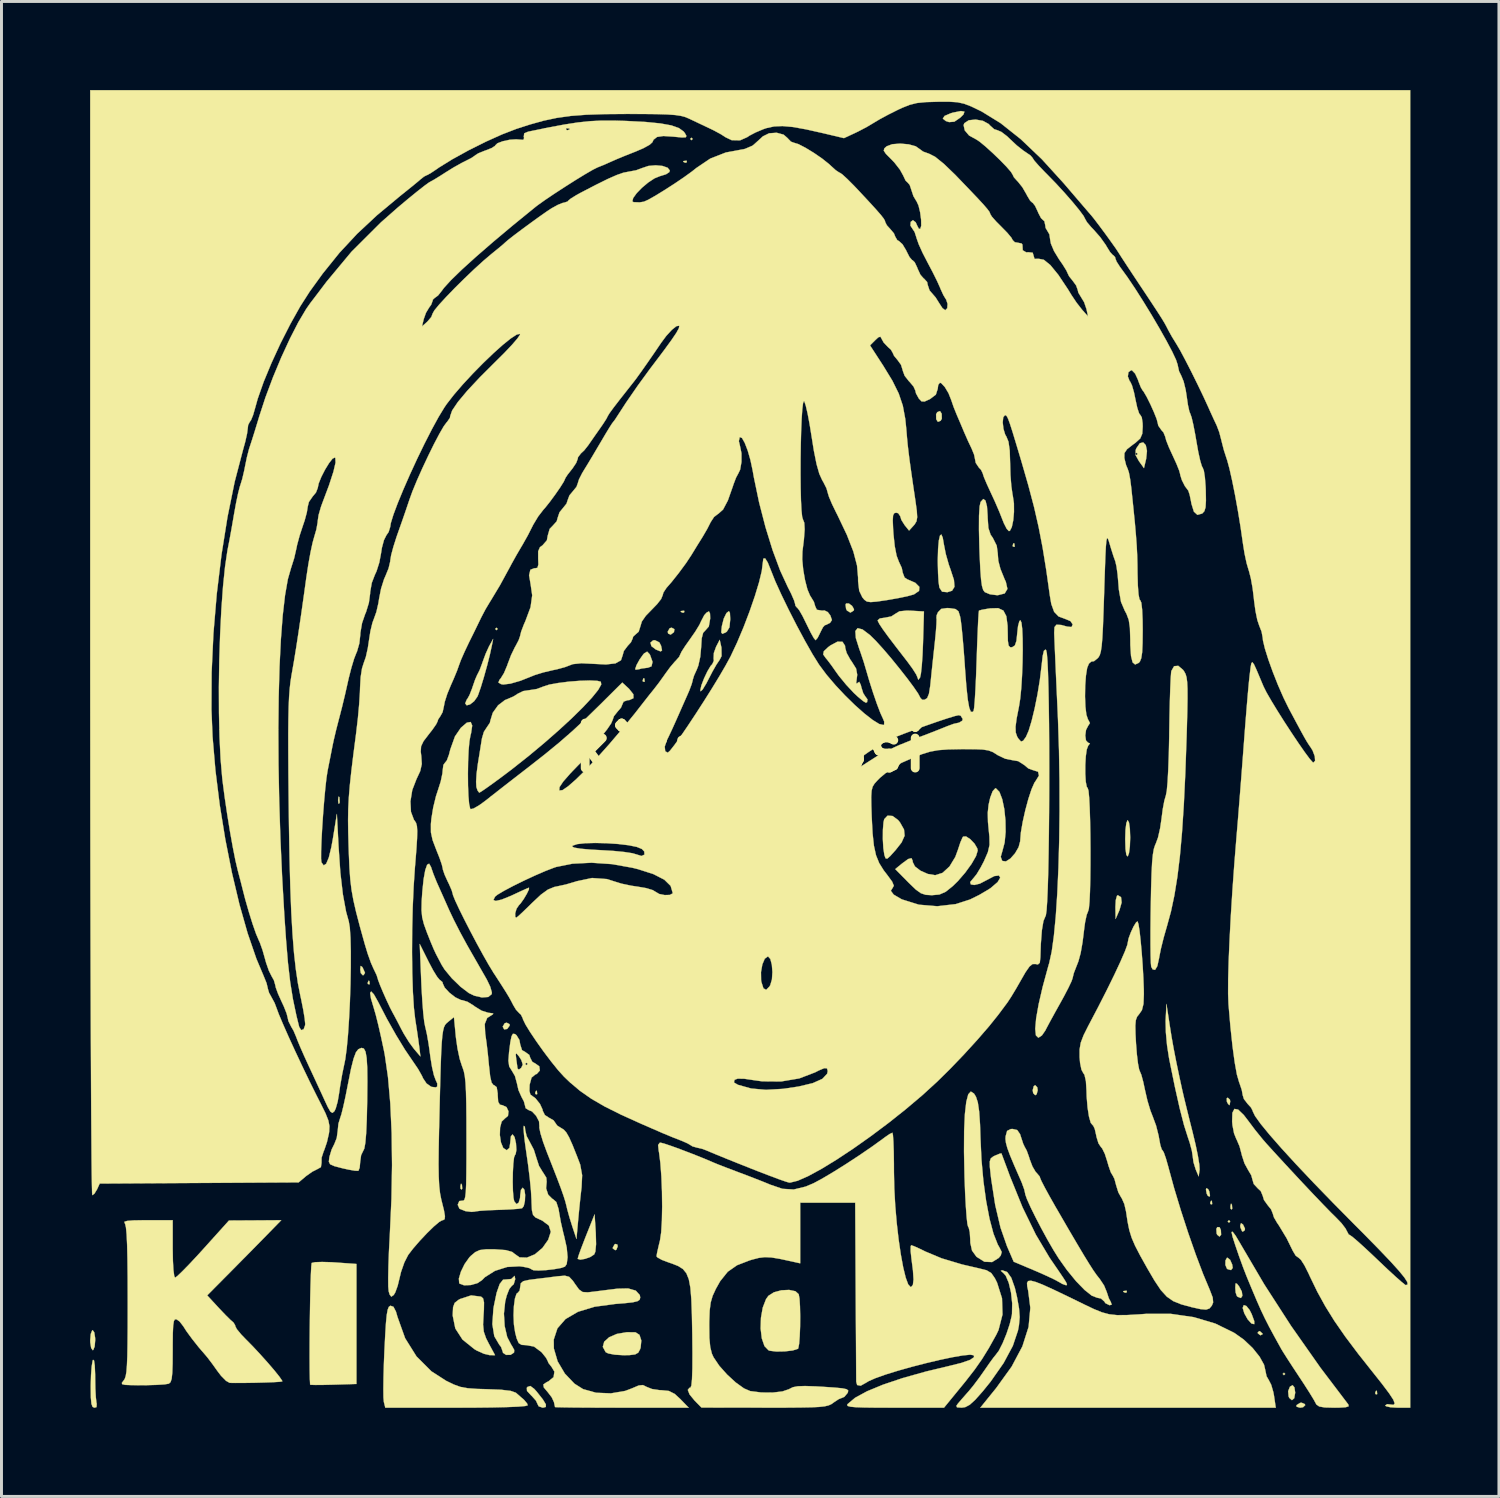
<source format=kicad_pcb>
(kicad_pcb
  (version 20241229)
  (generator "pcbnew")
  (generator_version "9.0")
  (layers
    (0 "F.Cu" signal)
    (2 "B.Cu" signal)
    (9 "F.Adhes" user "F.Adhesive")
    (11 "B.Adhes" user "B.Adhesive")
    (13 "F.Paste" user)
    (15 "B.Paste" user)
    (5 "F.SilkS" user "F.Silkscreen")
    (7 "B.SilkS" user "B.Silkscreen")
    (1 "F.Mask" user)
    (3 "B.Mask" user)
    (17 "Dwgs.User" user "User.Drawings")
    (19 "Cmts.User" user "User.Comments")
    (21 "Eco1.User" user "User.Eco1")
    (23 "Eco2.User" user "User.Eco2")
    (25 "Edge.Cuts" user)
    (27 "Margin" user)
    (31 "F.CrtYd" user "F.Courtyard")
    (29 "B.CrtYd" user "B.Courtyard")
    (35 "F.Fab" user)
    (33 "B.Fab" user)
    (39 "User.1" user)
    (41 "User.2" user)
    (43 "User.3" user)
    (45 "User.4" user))
  (footprint "kicad_posi"
    (layer "F.Cu")
    (at 22.357 22.272)
    (property "Reference" "kicad_posi" (at 0 0 0) (layer "F.SilkS") (effects (font (size 1.524 1.524) (thickness 0.3))))
    (attr through_hole)
    (fp_poly (pts (xy -8.551 -4.022) (xy -8.594 -3.979) (xy -8.636 -4.022) (xy -8.594 -4.064) (xy -8.551 -4.022)) (stroke (width 0.01) (type solid)) (fill yes) (layer "F.SilkS"))
    (fp_poly (pts (xy -1.947 -20.616) (xy -1.99 -20.574) (xy -2.032 -20.616) (xy -1.99 -20.659) (xy -1.947 -20.616)) (stroke (width 0.01) (type solid)) (fill yes) (layer "F.SilkS"))
    (fp_poly (pts (xy 16.256 16.044) (xy 16.214 16.087) (xy 16.171 16.044) (xy 16.214 16.002) (xy 16.256 16.044)) (stroke (width 0.01) (type solid)) (fill yes) (layer "F.SilkS"))
    (fp_poly (pts (xy 18.119 21.209) (xy 18.076 21.251) (xy 18.034 21.209) (xy 18.076 21.167) (xy 18.119 21.209)) (stroke (width 0.01) (type solid)) (fill yes) (layer "F.SilkS"))
    (fp_poly (pts (xy -13.914 1.672) (xy -13.903 1.846) (xy -13.914 1.884) (xy -13.945 1.894) (xy -13.957 1.778) (xy -13.943 1.658) (xy -13.914 1.672)) (stroke (width 0.01) (type solid)) (fill yes) (layer "F.SilkS"))
    (fp_poly (pts (xy -12.898 7.902) (xy -12.887 8.003) (xy -12.898 8.015) (xy -12.948 8.003) (xy -12.954 7.959) (xy -12.923 7.889) (xy -12.898 7.902)) (stroke (width 0.01) (type solid)) (fill yes) (layer "F.SilkS"))
    (fp_poly (pts (xy -9.763 14.801) (xy -9.753 14.933) (xy -9.77 14.963) (xy -9.809 14.938) (xy -9.815 14.852) (xy -9.794 14.762) (xy -9.763 14.801)) (stroke (width 0.01) (type solid)) (fill yes) (layer "F.SilkS"))
    (fp_poly (pts (xy -7.225 11.628) (xy -7.215 11.728) (xy -7.225 11.74) (xy -7.275 11.729) (xy -7.281 11.684) (xy -7.25 11.614) (xy -7.225 11.628)) (stroke (width 0.01) (type solid)) (fill yes) (layer "F.SilkS"))
    (fp_poly (pts (xy -3.584 -2.342) (xy -3.574 -2.242) (xy -3.584 -2.23) (xy -3.635 -2.241) (xy -3.641 -2.286) (xy -3.61 -2.356) (xy -3.584 -2.342)) (stroke (width 0.01) (type solid)) (fill yes) (layer "F.SilkS"))
    (fp_poly (pts (xy -2.23 -4.628) (xy -2.241 -4.578) (xy -2.286 -4.572) (xy -2.356 -4.603) (xy -2.342 -4.628) (xy -2.242 -4.639) (xy -2.23 -4.628)) (stroke (width 0.01) (type solid)) (fill yes) (layer "F.SilkS"))
    (fp_poly (pts (xy -2.145 -19.868) (xy -2.157 -19.818) (xy -2.201 -19.812) (xy -2.271 -19.843) (xy -2.258 -19.868) (xy -2.157 -19.879) (xy -2.145 -19.868)) (stroke (width 0.01) (type solid)) (fill yes) (layer "F.SilkS"))
    (fp_poly (pts (xy 8.946 -6.914) (xy 8.957 -6.814) (xy 8.946 -6.802) (xy 8.896 -6.813) (xy 8.89 -6.858) (xy 8.921 -6.928) (xy 8.946 -6.914)) (stroke (width 0.01) (type solid)) (fill yes) (layer "F.SilkS"))
    (fp_poly (pts (xy 12.756 18.401) (xy 12.745 18.451) (xy 12.7 18.457) (xy 12.63 18.426) (xy 12.644 18.401) (xy 12.744 18.391) (xy 12.756 18.401)) (stroke (width 0.01) (type solid)) (fill yes) (layer "F.SilkS"))
    (fp_poly (pts (xy 15.635 15.353) (xy 15.645 15.453) (xy 15.635 15.466) (xy 15.585 15.454) (xy 15.579 15.409) (xy 15.61 15.34) (xy 15.635 15.353)) (stroke (width 0.01) (type solid)) (fill yes) (layer "F.SilkS"))
    (fp_poly (pts (xy 16.314 15.478) (xy 16.324 15.61) (xy 16.307 15.64) (xy 16.269 15.615) (xy 16.263 15.529) (xy 16.283 15.439) (xy 16.314 15.478)) (stroke (width 0.01) (type solid)) (fill yes) (layer "F.SilkS"))
    (fp_poly (pts (xy 21.223 21.788) (xy 21.233 21.888) (xy 21.223 21.9) (xy 21.173 21.889) (xy 21.167 21.844) (xy 21.198 21.774) (xy 21.223 21.788)) (stroke (width 0.01) (type solid)) (fill yes) (layer "F.SilkS"))
    (fp_poly (pts (xy -8.149 9.363) (xy -8.147 9.414) (xy -8.232 9.526) (xy -8.333 9.54) (xy -8.382 9.447) (xy -8.314 9.331) (xy -8.248 9.313) (xy -8.149 9.363)) (stroke (width 0.01) (type solid)) (fill yes) (layer "F.SilkS"))
    (fp_poly (pts (xy -2.567 -4.015) (xy -2.582 -3.913) (xy -2.693 -3.829) (xy -2.78 -3.866) (xy -2.794 -3.93) (xy -2.726 -4.047) (xy -2.66 -4.064) (xy -2.567 -4.015)) (stroke (width 0.01) (type solid)) (fill yes) (layer "F.SilkS"))
    (fp_poly (pts (xy -13.144 7.421) (xy -13.123 7.451) (xy -13.045 7.626) (xy -13.095 7.702) (xy -13.123 7.705) (xy -13.189 7.633) (xy -13.207 7.514) (xy -13.193 7.39) (xy -13.144 7.421)) (stroke (width 0.01) (type solid)) (fill yes) (layer "F.SilkS"))
    (fp_poly (pts (xy -4.5 16.826) (xy -4.487 16.886) (xy -4.532 17.002) (xy -4.572 17.018) (xy -4.654 16.957) (xy -4.657 16.938) (xy -4.595 16.824) (xy -4.572 16.806) (xy -4.5 16.826)) (stroke (width 0.01) (type solid)) (fill yes) (layer "F.SilkS"))
    (fp_poly (pts (xy 6.485 -11.311) (xy 6.489 -11.142) (xy 6.449 -11.071) (xy 6.356 -11.036) (xy 6.299 -11.125) (xy 6.296 -11.294) (xy 6.336 -11.365) (xy 6.428 -11.4) (xy 6.485 -11.311)) (stroke (width 0.01) (type solid)) (fill yes) (layer "F.SilkS"))
    (fp_poly (pts (xy 9.721 11.501) (xy 9.737 11.599) (xy 9.701 11.737) (xy 9.652 11.769) (xy 9.583 11.698) (xy 9.567 11.599) (xy 9.603 11.462) (xy 9.652 11.43) (xy 9.721 11.501)) (stroke (width 0.01) (type solid)) (fill yes) (layer "F.SilkS"))
    (fp_poly (pts (xy 15.507 14.948) (xy 15.545 15.02) (xy 15.571 15.161) (xy 15.557 15.205) (xy 15.498 15.176) (xy 15.46 15.105) (xy 15.434 14.963) (xy 15.448 14.919) (xy 15.507 14.948)) (stroke (width 0.01) (type solid)) (fill yes) (layer "F.SilkS"))
    (fp_poly (pts (xy 15.896 16.239) (xy 15.94 16.335) (xy 15.948 16.494) (xy 15.893 16.558) (xy 15.816 16.496) (xy 15.796 16.453) (xy 15.787 16.295) (xy 15.819 16.236) (xy 15.896 16.239)) (stroke (width 0.01) (type solid)) (fill yes) (layer "F.SilkS"))
    (fp_poly (pts (xy 16.247 11.922) (xy 16.256 11.98) (xy 16.238 12.093) (xy 16.223 12.107) (xy 16.168 12.041) (xy 16.141 11.98) (xy 16.139 11.871) (xy 16.174 11.853) (xy 16.247 11.922)) (stroke (width 0.01) (type solid)) (fill yes) (layer "F.SilkS"))
    (fp_poly (pts (xy 16.689 16.147) (xy 16.755 16.285) (xy 16.751 16.339) (xy 16.683 16.391) (xy 16.656 16.374) (xy 16.6 16.242) (xy 16.595 16.183) (xy 16.622 16.102) (xy 16.689 16.147)) (stroke (width 0.01) (type solid)) (fill yes) (layer "F.SilkS"))
    (fp_poly (pts (xy 17.272 19.77) (xy 17.353 19.846) (xy 17.357 19.859) (xy 17.291 19.896) (xy 17.272 19.897) (xy 17.191 19.832) (xy 17.187 19.807) (xy 17.239 19.756) (xy 17.272 19.77)) (stroke (width 0.01) (type solid)) (fill yes) (layer "F.SilkS"))
    (fp_poly (pts (xy 18.783 22.23) (xy 18.796 22.267) (xy 18.725 22.335) (xy 18.622 22.352) (xy 18.505 22.319) (xy 18.5 22.267) (xy 18.622 22.189) (xy 18.674 22.183) (xy 18.783 22.23)) (stroke (width 0.01) (type solid)) (fill yes) (layer "F.SilkS"))
    (fp_poly (pts (xy 3.453 -4.799) (xy 3.515 -4.689) (xy 3.508 -4.647) (xy 3.394 -4.574) (xy 3.277 -4.644) (xy 3.247 -4.703) (xy 3.229 -4.843) (xy 3.247 -4.884) (xy 3.342 -4.884) (xy 3.453 -4.799)) (stroke (width 0.01) (type solid)) (fill yes) (layer "F.SilkS"))
    (fp_poly (pts (xy 12.559 5.063) (xy 12.579 5.242) (xy 12.506 5.499) (xy 12.5 5.513) (xy 12.375 5.8) (xy 12.368 5.397) (xy 12.381 5.16) (xy 12.421 5.017) (xy 12.449 4.995) (xy 12.559 5.063)) (stroke (width 0.01) (type solid)) (fill yes) (layer "F.SilkS"))
    (fp_poly (pts (xy -3.077 -3.566) (xy -3.019 -3.454) (xy -2.986 -3.294) (xy -3.033 -3.26) (xy -3.196 -3.325) (xy -3.196 -3.325) (xy -3.346 -3.439) (xy -3.379 -3.558) (xy -3.291 -3.634) (xy -3.227 -3.641) (xy -3.077 -3.566)) (stroke (width 0.01) (type solid)) (fill yes) (layer "F.SilkS"))
    (fp_poly (pts (xy 16.252 17.343) (xy 16.323 17.502) (xy 16.341 17.618) (xy 16.284 17.691) (xy 16.169 17.661) (xy 16.143 17.639) (xy 16.093 17.518) (xy 16.095 17.368) (xy 16.145 17.276) (xy 16.162 17.272) (xy 16.252 17.343)) (stroke (width 0.01) (type solid)) (fill yes) (layer "F.SilkS"))
    (fp_poly (pts (xy 16.482 18.15) (xy 16.555 18.241) (xy 16.649 18.418) (xy 16.668 18.564) (xy 16.618 18.637) (xy 16.511 18.597) (xy 16.482 18.57) (xy 16.44 18.451) (xy 16.428 18.295) (xy 16.437 18.145) (xy 16.482 18.15)) (stroke (width 0.01) (type solid)) (fill yes) (layer "F.SilkS"))
    (fp_poly (pts (xy 18.431 21.664) (xy 18.457 21.841) (xy 18.457 21.844) (xy 18.424 22.032) (xy 18.346 22.097) (xy 18.256 22.02) (xy 18.234 21.971) (xy 18.218 21.792) (xy 18.279 21.64) (xy 18.37 21.59) (xy 18.431 21.664)) (stroke (width 0.01) (type solid)) (fill yes) (layer "F.SilkS"))
    (fp_poly (pts (xy 7.255 -21.541) (xy 7.223 -21.446) (xy 7.113 -21.337) (xy 6.914 -21.201) (xy 6.736 -21.187) (xy 6.625 -21.223) (xy 6.523 -21.305) (xy 6.582 -21.396) (xy 6.795 -21.487) (xy 6.867 -21.508) (xy 7.136 -21.562) (xy 7.255 -21.541)) (stroke (width 0.01) (type solid)) (fill yes) (layer "F.SilkS"))
    (fp_poly (pts (xy -22.214 19.802) (xy -22.185 19.99) (xy -22.183 20.066) (xy -22.201 20.278) (xy -22.248 20.396) (xy -22.267 20.405) (xy -22.32 20.33) (xy -22.35 20.142) (xy -22.352 20.066) (xy -22.333 19.854) (xy -22.286 19.736) (xy -22.267 19.727) (xy -22.214 19.802)) (stroke (width 0.01) (type solid)) (fill yes) (layer "F.SilkS"))
    (fp_poly (pts (xy 16.804 18.908) (xy 16.914 19.045) (xy 16.985 19.186) (xy 17.071 19.421) (xy 17.071 19.523) (xy 16.985 19.503) (xy 16.965 19.49) (xy 16.845 19.356) (xy 16.733 19.154) (xy 16.68 18.978) (xy 16.679 18.971) (xy 16.716 18.877) (xy 16.804 18.908)) (stroke (width 0.01) (type solid)) (fill yes) (layer "F.SilkS"))
    (fp_poly (pts (xy -5.23 16.432) (xy -5.22 16.812) (xy -5.244 17.067) (xy -5.283 17.161) (xy -5.413 17.247) (xy -5.592 17.311) (xy -5.755 17.339) (xy -5.839 17.313) (xy -5.841 17.302) (xy -5.811 17.196) (xy -5.731 16.972) (xy -5.616 16.672) (xy -5.555 16.517) (xy -5.27 15.804) (xy -5.23 16.432)) (stroke (width 0.01) (type solid)) (fill yes) (layer "F.SilkS"))
    (fp_poly (pts (xy -3.406 -3.167) (xy -3.391 -3.14) (xy -3.308 -2.906) (xy -3.343 -2.755) (xy -3.464 -2.709) (xy -3.677 -2.682) (xy -3.761 -2.658) (xy -3.875 -2.641) (xy -3.895 -2.664) (xy -3.849 -2.8) (xy -3.742 -2.993) (xy -3.618 -3.166) (xy -3.589 -3.196) (xy -3.49 -3.254) (xy -3.406 -3.167)) (stroke (width 0.01) (type solid)) (fill yes) (layer "F.SilkS"))
    (fp_poly (pts (xy -0.687 -4.566) (xy -0.677 -4.369) (xy -0.677 -4.339) (xy -0.703 -4.077) (xy -0.792 -3.93) (xy -0.841 -3.898) (xy -0.945 -3.856) (xy -0.981 -3.907) (xy -0.964 -4.085) (xy -0.958 -4.127) (xy -0.896 -4.371) (xy -0.808 -4.552) (xy -0.794 -4.569) (xy -0.721 -4.624) (xy -0.687 -4.566)) (stroke (width 0.01) (type solid)) (fill yes) (layer "F.SilkS"))
    (fp_poly (pts (xy 12.828 2.534) (xy 12.858 2.743) (xy 12.869 3.043) (xy 12.858 3.343) (xy 12.828 3.572) (xy 12.786 3.682) (xy 12.785 3.683) (xy 12.739 3.634) (xy 12.71 3.431) (xy 12.7 3.095) (xy 12.71 2.774) (xy 12.739 2.549) (xy 12.78 2.456) (xy 12.785 2.455) (xy 12.828 2.534)) (stroke (width 0.01) (type solid)) (fill yes) (layer "F.SilkS"))
    (fp_poly (pts (xy -7.315 21.714) (xy -7.235 21.803) (xy -7.022 22.072) (xy -6.92 22.24) (xy -6.922 22.327) (xy -7.02 22.352) (xy -7.024 22.352) (xy -7.163 22.306) (xy -7.197 22.24) (xy -7.256 22.113) (xy -7.4 21.952) (xy -7.418 21.936) (xy -7.559 21.784) (xy -7.566 21.678) (xy -7.542 21.648) (xy -7.446 21.617) (xy -7.315 21.714)) (stroke (width 0.01) (type solid)) (fill yes) (layer "F.SilkS"))
    (fp_poly (pts (xy 13.397 -10.245) (xy 13.437 -10.051) (xy 13.409 -9.781) (xy 13.407 -9.773) (xy 13.335 -9.468) (xy 13.163 -9.708) (xy 13.051 -9.91) (xy 13.051 -9.936) (xy 13.081 -9.906) (xy 13.123 -9.948) (xy 13.081 -9.991) (xy 13.052 -9.961) (xy 13.054 -10.079) (xy 13.077 -10.139) (xy 13.196 -10.312) (xy 13.31 -10.34) (xy 13.397 -10.245)) (stroke (width 0.01) (type solid)) (fill yes) (layer "F.SilkS"))
    (fp_poly (pts (xy -3.883 19.799) (xy -3.75 19.885) (xy -3.688 20.076) (xy -3.711 20.317) (xy -3.729 20.371) (xy -3.791 20.487) (xy -3.895 20.547) (xy -4.089 20.571) (xy -4.299 20.574) (xy -4.584 20.557) (xy -4.806 20.515) (xy -4.894 20.472) (xy -4.992 20.292) (xy -4.945 20.118) (xy -4.778 19.966) (xy -4.515 19.853) (xy -4.18 19.795) (xy -3.883 19.799)) (stroke (width 0.01) (type solid)) (fill yes) (layer "F.SilkS"))
    (fp_poly (pts (xy 4.821 2.313) (xy 5.007 2.449) (xy 5.074 2.532) (xy 5.209 2.771) (xy 5.229 2.982) (xy 5.126 3.21) (xy 4.924 3.467) (xy 4.741 3.67) (xy 4.638 3.759) (xy 4.584 3.746) (xy 4.548 3.646) (xy 4.544 3.633) (xy 4.509 3.404) (xy 4.492 3.098) (xy 4.494 2.781) (xy 4.515 2.523) (xy 4.539 2.42) (xy 4.652 2.301) (xy 4.821 2.313)) (stroke (width 0.01) (type solid)) (fill yes) (layer "F.SilkS"))
    (fp_poly (pts (xy -22.223 20.751) (xy -22.198 20.92) (xy -22.185 21.216) (xy -22.184 21.35) (xy -22.178 21.7) (xy -22.162 21.994) (xy -22.14 22.185) (xy -22.131 22.218) (xy -22.139 22.332) (xy -22.209 22.352) (xy -22.272 22.324) (xy -22.31 22.221) (xy -22.33 22.012) (xy -22.334 21.669) (xy -22.334 21.598) (xy -22.324 21.247) (xy -22.302 20.954) (xy -22.271 20.766) (xy -22.257 20.73) (xy -22.223 20.751)) (stroke (width 0.01) (type solid)) (fill yes) (layer "F.SilkS"))
    (fp_poly (pts (xy -0.974 -3.388) (xy -0.97 -3.103) (xy -1.033 -2.979) (xy -1.148 -2.808) (xy -1.28 -2.576) (xy -1.298 -2.54) (xy -1.487 -2.176) (xy -1.614 -1.967) (xy -1.679 -1.909) (xy -1.69 -1.947) (xy -1.653 -2.113) (xy -1.563 -2.347) (xy -1.449 -2.587) (xy -1.34 -2.769) (xy -1.287 -2.826) (xy -1.233 -2.941) (xy -1.24 -3.029) (xy -1.231 -3.208) (xy -1.156 -3.417) (xy -1.033 -3.655) (xy -0.974 -3.388)) (stroke (width 0.01) (type solid)) (fill yes) (layer "F.SilkS"))
    (fp_poly (pts (xy 6.521 -7.11) (xy 6.558 -6.893) (xy 6.624 -6.559) (xy 6.729 -6.189) (xy 6.784 -6.036) (xy 6.9 -5.682) (xy 6.918 -5.449) (xy 6.836 -5.316) (xy 6.678 -5.266) (xy 6.498 -5.284) (xy 6.41 -5.417) (xy 6.405 -5.435) (xy 6.38 -5.609) (xy 6.362 -5.898) (xy 6.353 -6.247) (xy 6.352 -6.35) (xy 6.363 -6.738) (xy 6.389 -7.022) (xy 6.428 -7.187) (xy 6.474 -7.221) (xy 6.521 -7.11)) (stroke (width 0.01) (type solid)) (fill yes) (layer "F.SilkS"))
    (fp_poly (pts (xy -14.179 17.425) (xy -14.055 17.433) (xy -13.335 17.484) (xy -13.335 21.548) (xy -14.118 21.572) (xy -14.459 21.58) (xy -14.725 21.582) (xy -14.88 21.577) (xy -14.904 21.572) (xy -14.914 21.375) (xy -14.92 21.057) (xy -14.922 20.647) (xy -14.921 20.173) (xy -14.917 19.664) (xy -14.91 19.148) (xy -14.902 18.653) (xy -14.891 18.209) (xy -14.879 17.842) (xy -14.866 17.581) (xy -14.853 17.455) (xy -14.849 17.449) (xy -14.736 17.424) (xy -14.497 17.416) (xy -14.179 17.425)) (stroke (width 0.01) (type solid)) (fill yes) (layer "F.SilkS"))
    (fp_poly (pts (xy -9.115 18.591) (xy -9.114 18.591) (xy -9.046 18.651) (xy -9.015 18.788) (xy -9.019 19.037) (xy -9.03 19.205) (xy -9.047 19.538) (xy -9.023 19.778) (xy -8.946 19.999) (xy -8.858 20.172) (xy -8.641 20.574) (xy -8.829 20.571) (xy -9.017 20.526) (xy -9.26 20.417) (xy -9.338 20.371) (xy -9.742 20.047) (xy -9.987 19.669) (xy -10.075 19.234) (xy -10.075 19.205) (xy -10.063 18.95) (xy -10.009 18.803) (xy -9.882 18.702) (xy -9.826 18.671) (xy -9.452 18.549) (xy -9.115 18.591)) (stroke (width 0.01) (type solid)) (fill yes) (layer "F.SilkS"))
    (fp_poly (pts (xy 1.532 18.408) (xy 1.642 18.507) (xy 1.67 18.662) (xy 1.686 18.925) (xy 1.693 19.253) (xy 1.69 19.602) (xy 1.677 19.928) (xy 1.657 20.188) (xy 1.628 20.339) (xy 1.616 20.358) (xy 1.438 20.414) (xy 1.168 20.445) (xy 0.884 20.45) (xy 0.662 20.423) (xy 0.623 20.41) (xy 0.483 20.266) (xy 0.393 20.004) (xy 0.353 19.67) (xy 0.364 19.307) (xy 0.425 18.961) (xy 0.536 18.675) (xy 0.616 18.563) (xy 0.802 18.444) (xy 1.054 18.376) (xy 1.316 18.363) (xy 1.532 18.408)) (stroke (width 0.01) (type solid)) (fill yes) (layer "F.SilkS"))
    (fp_poly (pts (xy 5.453 -4.639) (xy 5.884 -4.614) (xy 5.853 -3.556) (xy 5.836 -3.14) (xy 5.811 -2.78) (xy 5.782 -2.512) (xy 5.752 -2.374) (xy 5.75 -2.371) (xy 5.69 -2.299) (xy 5.675 -2.354) (xy 5.625 -2.475) (xy 5.496 -2.679) (xy 5.331 -2.905) (xy 4.959 -3.386) (xy 4.682 -3.75) (xy 4.491 -4.012) (xy 4.375 -4.187) (xy 4.323 -4.289) (xy 4.318 -4.316) (xy 4.391 -4.378) (xy 4.562 -4.403) (xy 4.778 -4.446) (xy 4.914 -4.534) (xy 5.055 -4.619) (xy 5.309 -4.644) (xy 5.453 -4.639)) (stroke (width 0.01) (type solid)) (fill yes) (layer "F.SilkS"))
    (fp_poly (pts (xy -8.747 -3.471) (xy -8.816 -3.154) (xy -8.912 -2.775) (xy -9.02 -2.388) (xy -9.125 -2.043) (xy -9.213 -1.791) (xy -9.239 -1.73) (xy -9.349 -1.575) (xy -9.486 -1.467) (xy -9.602 -1.434) (xy -9.652 -1.5) (xy -9.652 -1.501) (xy -9.601 -1.626) (xy -9.578 -1.655) (xy -9.507 -1.782) (xy -9.421 -2.001) (xy -9.397 -2.074) (xy -9.316 -2.307) (xy -9.244 -2.472) (xy -9.229 -2.498) (xy -9.164 -2.628) (xy -9.082 -2.846) (xy -9.061 -2.908) (xy -8.958 -3.185) (xy -8.845 -3.433) (xy -8.831 -3.458) (xy -8.706 -3.683) (xy -8.747 -3.471)) (stroke (width 0.01) (type solid)) (fill yes) (layer "F.SilkS"))
    (fp_poly (pts (xy -7.96 17.986) (xy -7.96 18.004) (xy -8.008 18.169) (xy -8.079 18.231) (xy -8.16 18.334) (xy -8.245 18.55) (xy -8.297 18.751) (xy -8.341 19.166) (xy -8.316 19.587) (xy -8.229 19.961) (xy -8.089 20.23) (xy -8.074 20.248) (xy -7.992 20.396) (xy -7.998 20.484) (xy -8.115 20.562) (xy -8.266 20.564) (xy -8.371 20.496) (xy -8.382 20.453) (xy -8.438 20.295) (xy -8.501 20.213) (xy -8.667 19.931) (xy -8.733 19.523) (xy -8.697 19.001) (xy -8.683 18.915) (xy -8.588 18.459) (xy -8.484 18.162) (xy -8.369 18.016) (xy -8.245 18.007) (xy -8.092 17.993) (xy -8.036 17.941) (xy -7.979 17.886) (xy -7.96 17.986)) (stroke (width 0.01) (type solid)) (fill yes) (layer "F.SilkS"))
    (fp_poly (pts (xy 7.968 -8.369) (xy 8.019 -8.17) (xy 8.041 -7.84) (xy 8.042 -7.781) (xy 8.066 -7.441) (xy 8.143 -7.21) (xy 8.213 -7.112) (xy 8.349 -6.841) (xy 8.382 -6.595) (xy 8.402 -6.331) (xy 8.474 -6.056) (xy 8.614 -5.71) (xy 8.658 -5.615) (xy 8.711 -5.377) (xy 8.619 -5.224) (xy 8.387 -5.165) (xy 8.359 -5.165) (xy 8.121 -5.195) (xy 7.944 -5.269) (xy 7.942 -5.271) (xy 7.89 -5.342) (xy 7.849 -5.478) (xy 7.818 -5.702) (xy 7.793 -6.037) (xy 7.771 -6.507) (xy 7.761 -6.766) (xy 7.747 -7.383) (xy 7.749 -7.854) (xy 7.769 -8.171) (xy 7.803 -8.323) (xy 7.894 -8.424) (xy 7.968 -8.369)) (stroke (width 0.01) (type solid)) (fill yes) (layer "F.SilkS"))
    (fp_poly (pts (xy 14.207 9.398) (xy 14.271 9.8) (xy 14.342 10.198) (xy 14.428 10.637) (xy 14.538 11.163) (xy 14.633 11.599) (xy 14.687 11.832) (xy 14.772 12.18) (xy 14.875 12.597) (xy 14.983 13.024) (xy 15.083 13.442) (xy 15.161 13.819) (xy 15.209 14.114) (xy 15.22 14.289) (xy 15.219 14.294) (xy 15.188 14.52) (xy 15.087 14.282) (xy 15.012 14.037) (xy 14.986 13.841) (xy 14.957 13.648) (xy 14.883 13.373) (xy 14.821 13.19) (xy 14.692 12.783) (xy 14.546 12.216) (xy 14.382 11.485) (xy 14.199 10.59) (xy 14.182 10.499) (xy 14.117 10.08) (xy 14.077 9.641) (xy 14.068 9.268) (xy 14.069 9.229) (xy 14.097 8.678) (xy 14.207 9.398)) (stroke (width 0.01) (type solid)) (fill yes) (layer "F.SilkS"))
    (fp_poly (pts (xy 8.539 13.821) (xy 8.616 14.027) (xy 8.726 14.321) (xy 8.799 14.52) (xy 9.223 15.566) (xy 9.673 16.49) (xy 10.137 17.27) (xy 10.196 17.357) (xy 10.44 17.712) (xy 10.601 17.95) (xy 10.693 18.096) (xy 10.728 18.171) (xy 10.719 18.2) (xy 10.692 18.203) (xy 10.572 18.161) (xy 10.454 18.093) (xy 10.301 18.01) (xy 10.039 17.886) (xy 9.717 17.743) (xy 9.606 17.696) (xy 8.924 17.409) (xy 8.696 16.881) (xy 8.478 16.256) (xy 8.297 15.486) (xy 8.159 14.593) (xy 8.15 14.514) (xy 8.116 14.201) (xy 8.113 14.014) (xy 8.147 13.91) (xy 8.228 13.846) (xy 8.288 13.816) (xy 8.444 13.751) (xy 8.507 13.738) (xy 8.539 13.821)) (stroke (width 0.01) (type solid)) (fill yes) (layer "F.SilkS"))
    (fp_poly (pts (xy 3.126 -3.587) (xy 3.212 -3.453) (xy 3.217 -3.384) (xy 3.267 -3.207) (xy 3.391 -2.982) (xy 3.439 -2.915) (xy 3.586 -2.68) (xy 3.624 -2.472) (xy 3.609 -2.349) (xy 3.589 -2.186) (xy 3.619 -2.174) (xy 3.632 -2.191) (xy 3.693 -2.232) (xy 3.746 -2.124) (xy 3.765 -2.044) (xy 3.828 -1.845) (xy 3.9 -1.733) (xy 3.901 -1.732) (xy 3.972 -1.635) (xy 3.958 -1.541) (xy 3.915 -1.524) (xy 3.824 -1.579) (xy 3.655 -1.719) (xy 3.506 -1.858) (xy 3.253 -2.129) (xy 3.006 -2.43) (xy 2.914 -2.557) (xy 2.751 -2.789) (xy 2.611 -2.974) (xy 2.561 -3.033) (xy 2.472 -3.157) (xy 2.492 -3.266) (xy 2.637 -3.403) (xy 2.715 -3.462) (xy 2.954 -3.591) (xy 3.126 -3.587)) (stroke (width 0.01) (type solid)) (fill yes) (layer "F.SilkS"))
    (fp_poly (pts (xy 7.452 3.098) (xy 7.595 3.247) (xy 7.689 3.407) (xy 7.705 3.482) (xy 7.648 3.67) (xy 7.497 3.933) (xy 7.281 4.231) (xy 7.028 4.523) (xy 6.859 4.688) (xy 6.619 4.88) (xy 6.409 4.972) (xy 6.155 4.995) (xy 6.151 4.995) (xy 5.945 4.983) (xy 5.779 4.928) (xy 5.606 4.803) (xy 5.374 4.58) (xy 5.348 4.553) (xy 4.912 4.111) (xy 5.144 3.921) (xy 5.349 3.771) (xy 5.461 3.741) (xy 5.502 3.83) (xy 5.504 3.873) (xy 5.579 4.022) (xy 5.767 4.166) (xy 6.015 4.276) (xy 6.265 4.318) (xy 6.514 4.239) (xy 6.75 4.022) (xy 6.946 3.7) (xy 7.039 3.446) (xy 7.117 3.209) (xy 7.19 3.041) (xy 7.21 3.011) (xy 7.309 3.005) (xy 7.452 3.098)) (stroke (width 0.01) (type solid)) (fill yes) (layer "F.SilkS"))
    (fp_poly (pts (xy 16.438 16.525) (xy 16.598 16.794) (xy 16.612 16.819) (xy 17.41 18.177) (xy 18.319 19.585) (xy 19.312 20.998) (xy 20.258 22.246) (xy 20.267 22.304) (xy 20.165 22.337) (xy 19.929 22.351) (xy 19.777 22.352) (xy 19.46 22.344) (xy 19.273 22.312) (xy 19.178 22.248) (xy 19.153 22.204) (xy 19.083 22.075) (xy 18.94 21.841) (xy 18.748 21.541) (xy 18.585 21.294) (xy 18.367 20.963) (xy 18.177 20.67) (xy 18.039 20.452) (xy 17.985 20.362) (xy 17.754 19.944) (xy 17.576 19.614) (xy 17.432 19.331) (xy 17.3 19.054) (xy 17.161 18.74) (xy 16.995 18.347) (xy 16.812 17.907) (xy 16.695 17.605) (xy 16.555 17.22) (xy 16.422 16.831) (xy 16.334 16.558) (xy 16.301 16.402) (xy 16.337 16.393) (xy 16.438 16.525)) (stroke (width 0.01) (type solid)) (fill yes) (layer "F.SilkS"))
    (fp_poly (pts (xy 7.579 11.713) (xy 7.647 11.824) (xy 7.709 12.015) (xy 7.754 12.323) (xy 7.784 12.769) (xy 7.798 13.21) (xy 7.832 13.951) (xy 7.897 14.674) (xy 7.99 15.352) (xy 8.105 15.955) (xy 8.238 16.455) (xy 8.384 16.825) (xy 8.437 16.919) (xy 8.518 17.078) (xy 8.486 17.196) (xy 8.418 17.279) (xy 8.192 17.42) (xy 7.932 17.409) (xy 7.673 17.247) (xy 7.658 17.234) (xy 7.512 17.031) (xy 7.455 16.774) (xy 7.451 16.646) (xy 7.436 16.408) (xy 7.399 16.25) (xy 7.379 16.222) (xy 7.355 16.128) (xy 7.329 15.891) (xy 7.303 15.538) (xy 7.279 15.096) (xy 7.26 14.591) (xy 7.258 14.545) (xy 7.241 13.682) (xy 7.245 12.967) (xy 7.271 12.403) (xy 7.318 11.992) (xy 7.385 11.738) (xy 7.472 11.644) (xy 7.579 11.713)) (stroke (width 0.01) (type solid)) (fill yes) (layer "F.SilkS"))
    (fp_poly (pts (xy 9.677 18.096) (xy 9.938 18.2) (xy 10.305 18.368) (xy 10.795 18.603) (xy 11.309 18.854) (xy 11.643 19.013) (xy 11.911 19.122) (xy 12.157 19.188) (xy 12.423 19.217) (xy 12.752 19.215) (xy 13.188 19.19) (xy 13.426 19.172) (xy 14.235 19.172) (xy 15.022 19.286) (xy 15.752 19.503) (xy 16.39 19.816) (xy 16.715 20.046) (xy 17.012 20.327) (xy 17.25 20.624) (xy 17.402 20.897) (xy 17.441 21.066) (xy 17.487 21.286) (xy 17.561 21.414) (xy 17.645 21.576) (xy 17.718 21.829) (xy 17.74 21.95) (xy 17.799 22.352) (xy 7.793 22.352) (xy 8.331 21.686) (xy 8.854 20.961) (xy 9.218 20.275) (xy 9.428 19.615) (xy 9.487 18.971) (xy 9.414 18.394) (xy 9.381 18.238) (xy 9.375 18.126) (xy 9.412 18.063) (xy 9.507 18.051) (xy 9.677 18.096)) (stroke (width 0.01) (type solid)) (fill yes) (layer "F.SilkS"))
    (fp_poly (pts (xy -12.082 18.934) (xy -11.997 19.098) (xy -11.945 19.279) (xy -11.687 19.999) (xy -11.301 20.616) (xy -10.797 21.12) (xy -10.29 21.446) (xy -10.036 21.568) (xy -9.817 21.647) (xy -9.577 21.692) (xy -9.266 21.715) (xy -8.915 21.725) (xy -8.435 21.744) (xy -8.112 21.783) (xy -7.938 21.844) (xy -7.923 21.856) (xy -7.744 22.013) (xy -7.665 22.08) (xy -7.557 22.207) (xy -7.535 22.271) (xy -7.618 22.295) (xy -7.858 22.316) (xy -8.244 22.332) (xy -8.765 22.344) (xy -9.407 22.351) (xy -9.947 22.352) (xy -12.358 22.352) (xy -12.408 22.152) (xy -12.421 22.005) (xy -12.424 21.72) (xy -12.419 21.329) (xy -12.406 20.865) (xy -12.389 20.438) (xy -12.361 19.889) (xy -12.336 19.486) (xy -12.309 19.208) (xy -12.277 19.032) (xy -12.239 18.937) (xy -12.19 18.901) (xy -12.183 18.899) (xy -12.082 18.934)) (stroke (width 0.01) (type solid)) (fill yes) (layer "F.SilkS"))
    (fp_poly (pts (xy -10.807 4.046) (xy -10.798 4.077) (xy -10.727 4.281) (xy -10.621 4.544) (xy -10.59 4.614) (xy -10.474 4.873) (xy -10.325 5.208) (xy -10.194 5.503) (xy -10.036 5.836) (xy -9.828 6.243) (xy -9.607 6.65) (xy -9.538 6.773) (xy -9.331 7.134) (xy -9.13 7.486) (xy -8.966 7.772) (xy -8.916 7.86) (xy -8.804 8.095) (xy -8.75 8.285) (xy -8.754 8.346) (xy -8.872 8.442) (xy -9.086 8.458) (xy -9.345 8.398) (xy -9.527 8.31) (xy -9.808 8.097) (xy -10.101 7.813) (xy -10.346 7.518) (xy -10.446 7.36) (xy -10.564 7.135) (xy -10.643 6.985) (xy -10.719 6.822) (xy -10.83 6.557) (xy -10.949 6.257) (xy -11.05 5.977) (xy -11.109 5.746) (xy -11.132 5.507) (xy -11.126 5.201) (xy -11.105 4.883) (xy -11.061 4.454) (xy -11.005 4.144) (xy -10.941 3.964) (xy -10.874 3.927) (xy -10.807 4.046)) (stroke (width 0.01) (type solid)) (fill yes) (layer "F.SilkS"))
    (fp_poly (pts (xy 8.702 17.757) (xy 8.842 17.952) (xy 8.963 18.294) (xy 9.036 18.606) (xy 9.104 18.99) (xy 9.126 19.284) (xy 9.102 19.557) (xy 9.068 19.74) (xy 8.894 20.258) (xy 8.582 20.839) (xy 8.142 21.468) (xy 7.874 21.799) (xy 7.621 22.084) (xy 7.433 22.254) (xy 7.28 22.334) (xy 7.165 22.351) (xy 7.003 22.34) (xy 6.983 22.287) (xy 7.038 22.209) (xy 7.172 22.053) (xy 7.35 21.85) (xy 7.383 21.814) (xy 7.554 21.607) (xy 7.766 21.325) (xy 7.932 21.089) (xy 8.102 20.844) (xy 8.237 20.658) (xy 8.306 20.574) (xy 8.418 20.426) (xy 8.55 20.166) (xy 8.681 19.846) (xy 8.79 19.518) (xy 8.858 19.234) (xy 8.866 19.175) (xy 8.873 18.819) (xy 8.833 18.452) (xy 8.756 18.123) (xy 8.653 17.879) (xy 8.564 17.782) (xy 8.486 17.715) (xy 8.536 17.698) (xy 8.702 17.757)) (stroke (width 0.01) (type solid)) (fill yes) (layer "F.SilkS"))
    (fp_poly (pts (xy -13.084 10.189) (xy -13.027 10.297) (xy -12.99 10.507) (xy -12.97 10.835) (xy -12.965 11.298) (xy -12.971 11.912) (xy -12.971 11.955) (xy -12.985 12.583) (xy -13.006 13.055) (xy -13.034 13.382) (xy -13.069 13.577) (xy -13.102 13.644) (xy -13.177 13.799) (xy -13.208 14.023) (xy -13.208 14.024) (xy -13.226 14.222) (xy -13.268 14.327) (xy -13.271 14.329) (xy -13.382 14.327) (xy -13.603 14.289) (xy -13.818 14.241) (xy -14.087 14.17) (xy -14.226 14.108) (xy -14.27 14.023) (xy -14.255 13.885) (xy -14.25 13.855) (xy -14.176 13.608) (xy -14.084 13.422) (xy -14.003 13.218) (xy -13.97 12.976) (xy -13.946 12.734) (xy -13.89 12.551) (xy -13.845 12.414) (xy -13.779 12.148) (xy -13.701 11.79) (xy -13.62 11.378) (xy -13.615 11.354) (xy -13.518 10.867) (xy -13.432 10.528) (xy -13.353 10.317) (xy -13.274 10.214) (xy -13.269 10.211) (xy -13.164 10.166) (xy -13.084 10.189)) (stroke (width 0.01) (type solid)) (fill yes) (layer "F.SilkS"))
    (fp_poly (pts (xy -5.171 -2.263) (xy -5.059 -2.234) (xy -5.045 -2.14) (xy -5.15 -1.955) (xy -5.361 -1.694) (xy -5.664 -1.37) (xy -6.044 -0.996) (xy -6.487 -0.588) (xy -6.979 -0.157) (xy -7.506 0.282) (xy -8.054 0.716) (xy -8.311 0.911) (xy -8.63 1.148) (xy -8.9 1.342) (xy -9.091 1.474) (xy -9.176 1.524) (xy -9.177 1.524) (xy -9.232 1.453) (xy -9.273 1.333) (xy -9.283 1.155) (xy -9.266 0.873) (xy -9.224 0.55) (xy -9.168 0.207) (xy -9.118 -0.109) (xy -9.085 -0.315) (xy -9.02 -0.536) (xy -8.923 -0.685) (xy -8.923 -0.685) (xy -8.817 -0.842) (xy -8.799 -0.921) (xy -8.719 -1.182) (xy -8.537 -1.437) (xy -8.308 -1.612) (xy -8.251 -1.635) (xy -8.025 -1.731) (xy -7.867 -1.831) (xy -7.686 -1.918) (xy -7.486 -1.948) (xy -7.225 -1.989) (xy -6.999 -2.074) (xy -6.804 -2.137) (xy -6.502 -2.192) (xy -6.141 -2.237) (xy -5.767 -2.266) (xy -5.428 -2.276) (xy -5.171 -2.263)) (stroke (width 0.01) (type solid)) (fill yes) (layer "F.SilkS"))
    (fp_poly (pts (xy 14.66 -2.635) (xy 14.699 -2.579) (xy 14.744 -2.496) (xy 14.777 -2.385) (xy 14.798 -2.226) (xy 14.809 -1.995) (xy 14.81 -1.671) (xy 14.803 -1.232) (xy 14.788 -0.655) (xy 14.779 -0.357) (xy 14.736 0.863) (xy 14.685 1.931) (xy 14.624 2.862) (xy 14.552 3.672) (xy 14.466 4.379) (xy 14.366 4.998) (xy 14.25 5.547) (xy 14.115 6.04) (xy 14.111 6.054) (xy 14.003 6.431) (xy 13.91 6.805) (xy 13.851 7.101) (xy 13.846 7.133) (xy 13.788 7.397) (xy 13.711 7.525) (xy 13.628 7.506) (xy 13.58 7.417) (xy 13.569 7.3) (xy 13.56 7.041) (xy 13.556 6.664) (xy 13.556 6.196) (xy 13.561 5.663) (xy 13.565 5.406) (xy 13.577 4.76) (xy 13.592 4.261) (xy 13.611 3.888) (xy 13.637 3.617) (xy 13.67 3.427) (xy 13.713 3.296) (xy 13.731 3.26) (xy 13.811 3.043) (xy 13.882 2.729) (xy 13.928 2.417) (xy 13.971 2.085) (xy 14.026 1.792) (xy 14.078 1.613) (xy 14.108 1.459) (xy 14.135 1.16) (xy 14.158 0.737) (xy 14.177 0.214) (xy 14.19 -0.385) (xy 14.191 -0.503) (xy 14.2 -1.065) (xy 14.212 -1.578) (xy 14.226 -2.016) (xy 14.241 -2.351) (xy 14.256 -2.557) (xy 14.263 -2.599) (xy 14.356 -2.761) (xy 14.497 -2.773) (xy 14.66 -2.635)) (stroke (width 0.01) (type solid)) (fill yes) (layer "F.SilkS"))
    (fp_poly (pts (xy 9.042 12.948) (xy 9.139 13.087) (xy 9.178 13.208) (xy 9.246 13.415) (xy 9.305 13.539) (xy 9.312 13.547) (xy 9.366 13.648) (xy 9.439 13.85) (xy 9.466 13.939) (xy 9.559 14.183) (xy 9.665 14.363) (xy 9.695 14.394) (xy 9.801 14.518) (xy 9.821 14.577) (xy 9.862 14.675) (xy 9.973 14.89) (xy 10.139 15.194) (xy 10.345 15.558) (xy 10.421 15.688) (xy 10.785 16.316) (xy 11.077 16.813) (xy 11.307 17.199) (xy 11.486 17.49) (xy 11.623 17.704) (xy 11.732 17.859) (xy 11.821 17.972) (xy 11.834 17.987) (xy 11.985 18.214) (xy 12.075 18.434) (xy 12.145 18.646) (xy 12.214 18.775) (xy 12.243 18.863) (xy 12.169 18.881) (xy 12.029 18.812) (xy 11.992 18.754) (xy 11.878 18.654) (xy 11.747 18.627) (xy 11.567 18.557) (xy 11.324 18.364) (xy 11.037 18.069) (xy 10.731 17.695) (xy 10.451 17.302) (xy 10.274 17.019) (xy 10.072 16.67) (xy 9.865 16.29) (xy 9.668 15.912) (xy 9.499 15.57) (xy 9.376 15.297) (xy 9.316 15.128) (xy 9.313 15.105) (xy 9.281 14.962) (xy 9.199 14.736) (xy 9.153 14.628) (xy 8.946 14.156) (xy 8.801 13.81) (xy 8.709 13.561) (xy 8.661 13.383) (xy 8.645 13.248) (xy 8.65 13.16) (xy 8.7 12.978) (xy 8.823 12.915) (xy 8.887 12.912) (xy 9.042 12.948)) (stroke (width 0.01) (type solid)) (fill yes) (layer "F.SilkS"))
    (fp_poly (pts (xy -7.631 12.836) (xy -7.62 12.948) (xy -7.572 13.152) (xy -7.458 13.367) (xy -7.328 13.614) (xy -7.24 13.895) (xy -7.238 13.902) (xy -7.152 14.164) (xy -7.021 14.38) (xy -7.012 14.39) (xy -6.905 14.562) (xy -6.893 14.701) (xy -6.913 14.921) (xy -6.841 15.139) (xy -6.705 15.276) (xy -6.685 15.284) (xy -6.567 15.386) (xy -6.491 15.621) (xy -6.473 15.731) (xy -6.413 16.069) (xy -6.329 16.436) (xy -6.3 16.547) (xy -6.214 16.931) (xy -6.185 17.256) (xy -6.214 17.486) (xy -6.274 17.574) (xy -6.417 17.622) (xy -6.649 17.663) (xy -6.916 17.693) (xy -7.164 17.706) (xy -7.338 17.698) (xy -7.387 17.676) (xy -7.478 17.625) (xy -7.682 17.58) (xy -7.814 17.563) (xy -8.233 17.586) (xy -8.644 17.717) (xy -8.984 17.931) (xy -9.08 18.028) (xy -9.241 18.136) (xy -9.467 18.198) (xy -9.689 18.207) (xy -9.84 18.151) (xy -9.855 18.133) (xy -9.867 17.979) (xy -9.798 17.746) (xy -9.673 17.489) (xy -9.514 17.264) (xy -9.464 17.212) (xy -9.311 17.083) (xy -9.158 17.013) (xy -8.945 16.987) (xy -8.657 16.987) (xy -8.276 17.015) (xy -8.055 17.08) (xy -8.007 17.121) (xy -7.812 17.261) (xy -7.563 17.269) (xy -7.293 17.158) (xy -7.035 16.94) (xy -6.841 16.665) (xy -6.753 16.395) (xy -6.821 16.181) (xy -7.049 16.012) (xy -7.131 15.976) (xy -7.274 15.908) (xy -7.355 15.822) (xy -7.392 15.67) (xy -7.405 15.407) (xy -7.407 15.321) (xy -7.425 15.003) (xy -7.466 14.582) (xy -7.523 14.121) (xy -7.567 13.814) (xy -7.622 13.43) (xy -7.66 13.11) (xy -7.676 12.89) (xy -7.668 12.805) (xy -7.631 12.836)) (stroke (width 0.01) (type solid)) (fill yes) (layer "F.SilkS"))
    (fp_poly (pts (xy -6.131 17.92) (xy -6.007 18.052) (xy -5.931 18.164) (xy -5.796 18.35) (xy -5.676 18.434) (xy -5.502 18.445) (xy -5.317 18.424) (xy -4.962 18.379) (xy -4.586 18.332) (xy -4.5 18.321) (xy -4.135 18.313) (xy -3.874 18.388) (xy -3.739 18.538) (xy -3.725 18.621) (xy -3.743 18.694) (xy -3.817 18.745) (xy -3.977 18.783) (xy -4.252 18.813) (xy -4.576 18.839) (xy -5.273 18.933) (xy -5.834 19.104) (xy -6.254 19.349) (xy -6.529 19.664) (xy -6.654 20.046) (xy -6.65 20.346) (xy -6.522 20.783) (xy -6.277 21.198) (xy -5.951 21.539) (xy -5.66 21.723) (xy -5.218 21.846) (xy -4.718 21.866) (xy -4.235 21.784) (xy -4.005 21.697) (xy -3.777 21.6) (xy -3.632 21.585) (xy -3.51 21.646) (xy -3.51 21.646) (xy -3.326 21.719) (xy -3.069 21.758) (xy -3.006 21.759) (xy -2.756 21.785) (xy -2.557 21.885) (xy -2.371 22.056) (xy -2.083 22.352) (xy -4.344 22.352) (xy -4.943 22.351) (xy -5.483 22.349) (xy -5.942 22.346) (xy -6.297 22.341) (xy -6.527 22.336) (xy -6.61 22.331) (xy -6.61 22.331) (xy -6.63 22.241) (xy -6.645 22.167) (xy -6.72 22.003) (xy -6.85 21.833) (xy -6.99 21.666) (xy -7.006 21.566) (xy -6.894 21.488) (xy -6.837 21.462) (xy -6.659 21.317) (xy -6.631 21.13) (xy -6.727 20.971) (xy -6.832 20.837) (xy -6.858 20.77) (xy -6.911 20.667) (xy -7.041 20.503) (xy -7.073 20.467) (xy -7.324 20.281) (xy -7.573 20.235) (xy -7.742 20.224) (xy -7.841 20.163) (xy -7.908 20.009) (xy -7.96 19.808) (xy -8.002 19.534) (xy -8.015 19.221) (xy -8.003 18.913) (xy -7.968 18.655) (xy -7.913 18.491) (xy -7.868 18.457) (xy -7.808 18.385) (xy -7.789 18.258) (xy -7.77 18.138) (xy -7.686 18.068) (xy -7.495 18.024) (xy -7.345 18.004) (xy -6.995 17.961) (xy -6.637 17.916) (xy -6.519 17.901) (xy -6.278 17.881) (xy -6.131 17.92)) (stroke (width 0.01) (type solid)) (fill yes) (layer "F.SilkS"))
    (fp_poly (pts (xy -7.97 9.697) (xy -7.915 9.737) (xy -7.816 9.9) (xy -7.789 10.051) (xy -7.728 10.243) (xy -7.62 10.305) (xy -7.482 10.404) (xy -7.451 10.499) (xy -7.379 10.639) (xy -7.281 10.693) (xy -7.143 10.79) (xy -7.124 10.932) (xy -7.227 11.048) (xy -7.273 11.065) (xy -7.405 11.173) (xy -7.471 11.417) (xy -7.477 11.626) (xy -7.444 11.748) (xy -7.433 11.756) (xy -7.272 11.874) (xy -7.12 12.065) (xy -7.033 12.253) (xy -7.027 12.295) (xy -6.954 12.441) (xy -6.816 12.531) (xy -6.659 12.62) (xy -6.604 12.7) (xy -6.536 12.798) (xy -6.405 12.879) (xy -6.313 12.936) (xy -6.227 13.032) (xy -6.134 13.195) (xy -6.02 13.449) (xy -5.871 13.821) (xy -5.757 14.119) (xy -5.692 14.479) (xy -5.711 14.881) (xy -5.75 15.225) (xy -5.793 15.643) (xy -5.827 16.002) (xy -5.884 16.637) (xy -6.025 16.214) (xy -6.119 15.914) (xy -6.196 15.636) (xy -6.219 15.536) (xy -6.258 15.381) (xy -6.32 15.182) (xy -6.414 14.915) (xy -6.549 14.558) (xy -6.734 14.084) (xy -6.89 13.688) (xy -7.014 13.351) (xy -7.102 13.064) (xy -7.142 12.871) (xy -7.14 12.819) (xy -7.151 12.657) (xy -7.25 12.467) (xy -7.39 12.318) (xy -7.495 12.277) (xy -7.605 12.209) (xy -7.62 12.147) (xy -7.664 11.98) (xy -7.746 11.825) (xy -7.848 11.597) (xy -7.901 11.363) (xy -7.968 11.117) (xy -8.076 10.933) (xy -8.162 10.795) (xy -8.189 10.603) (xy -8.172 10.382) (xy -7.942 10.382) (xy -7.924 10.541) (xy -7.896 10.744) (xy -7.881 10.863) (xy -7.835 10.902) (xy -7.757 10.846) (xy -7.706 10.742) (xy -7.705 10.722) (xy -7.708 10.71) (xy -7.62 10.71) (xy -7.578 10.753) (xy -7.535 10.71) (xy -7.578 10.668) (xy -7.62 10.71) (xy -7.708 10.71) (xy -7.753 10.576) (xy -7.832 10.451) (xy -7.919 10.351) (xy -7.942 10.382) (xy -8.172 10.382) (xy -8.168 10.318) (xy -8.124 9.974) (xy -8.083 9.773) (xy -8.036 9.689) (xy -7.97 9.697)) (stroke (width 0.01) (type solid)) (fill yes) (layer "F.SilkS"))
    (fp_poly (pts (xy -19.558 16.976) (xy -19.551 17.378) (xy -19.533 17.693) (xy -19.506 17.892) (xy -19.478 17.949) (xy -19.396 17.889) (xy -19.224 17.724) (xy -18.982 17.476) (xy -18.693 17.166) (xy -18.525 16.981) (xy -17.653 16.013) (xy -16.767 16.008) (xy -15.881 16.002) (xy -16.344 16.477) (xy -16.59 16.728) (xy -16.912 17.056) (xy -17.269 17.417) (xy -17.598 17.75) (xy -18.39 18.548) (xy -17.981 18.99) (xy -17.77 19.212) (xy -17.601 19.379) (xy -17.509 19.458) (xy -17.506 19.459) (xy -17.444 19.557) (xy -17.441 19.586) (xy -17.384 19.695) (xy -17.237 19.873) (xy -17.081 20.035) (xy -16.846 20.273) (xy -16.59 20.548) (xy -16.338 20.829) (xy -16.115 21.089) (xy -15.946 21.3) (xy -15.854 21.433) (xy -15.846 21.462) (xy -15.936 21.475) (xy -16.153 21.488) (xy -16.454 21.499) (xy -16.798 21.508) (xy -17.142 21.513) (xy -17.443 21.514) (xy -17.628 21.511) (xy -17.752 21.442) (xy -17.921 21.271) (xy -18.043 21.111) (xy -18.22 20.863) (xy -18.379 20.654) (xy -18.449 20.57) (xy -18.674 20.309) (xy -18.903 20.02) (xy -19.095 19.758) (xy -19.196 19.599) (xy -19.324 19.433) (xy -19.428 19.359) (xy -19.482 19.358) (xy -19.519 19.42) (xy -19.542 19.57) (xy -19.554 19.832) (xy -19.558 20.23) (xy -19.558 20.398) (xy -19.561 20.857) (xy -19.572 21.173) (xy -19.594 21.373) (xy -19.631 21.486) (xy -19.686 21.536) (xy -19.692 21.539) (xy -19.833 21.562) (xy -20.097 21.579) (xy -20.436 21.589) (xy -20.594 21.59) (xy -20.954 21.588) (xy -21.171 21.579) (xy -21.271 21.555) (xy -21.28 21.51) (xy -21.225 21.438) (xy -21.222 21.435) (xy -21.182 21.375) (xy -21.15 21.28) (xy -21.125 21.133) (xy -21.108 20.914) (xy -21.095 20.606) (xy -21.088 20.189) (xy -21.083 19.645) (xy -21.082 18.955) (xy -21.082 18.743) (xy -21.084 17.954) (xy -21.091 17.322) (xy -21.102 16.835) (xy -21.119 16.481) (xy -21.141 16.249) (xy -21.17 16.125) (xy -21.184 16.104) (xy -21.195 16.056) (xy -21.102 16.026) (xy -20.885 16.008) (xy -20.523 16.002) (xy -20.422 16.002) (xy -19.558 16.002) (xy -19.558 16.976)) (stroke (width 0.01) (type solid)) (fill yes) (layer "F.SilkS"))
    (fp_poly (pts (xy 13.15 5.978) (xy 13.186 6.209) (xy 13.223 6.541) (xy 13.259 6.939) (xy 13.291 7.369) (xy 13.315 7.797) (xy 13.33 8.19) (xy 13.332 8.346) (xy 13.319 8.676) (xy 13.266 8.888) (xy 13.175 9.02) (xy 13.102 9.111) (xy 13.059 9.229) (xy 13.043 9.413) (xy 13.049 9.698) (xy 13.066 10.017) (xy 13.095 10.384) (xy 13.132 10.691) (xy 13.171 10.895) (xy 13.193 10.952) (xy 13.247 11.081) (xy 13.312 11.323) (xy 13.371 11.599) (xy 13.452 11.951) (xy 13.554 12.291) (xy 13.631 12.488) (xy 13.745 12.796) (xy 13.832 13.141) (xy 13.847 13.229) (xy 13.891 13.463) (xy 13.939 13.608) (xy 13.961 13.631) (xy 14.007 13.707) (xy 14.078 13.907) (xy 14.159 14.191) (xy 14.173 14.245) (xy 14.359 14.924) (xy 14.584 15.667) (xy 14.832 16.429) (xy 15.089 17.164) (xy 15.339 17.825) (xy 15.565 18.365) (xy 15.663 18.62) (xy 15.678 18.787) (xy 15.635 18.894) (xy 15.554 18.991) (xy 15.44 19.03) (xy 15.251 19.014) (xy 14.944 18.946) (xy 14.595 18.851) (xy 14.326 18.742) (xy 14.108 18.59) (xy 13.906 18.368) (xy 13.692 18.048) (xy 13.445 17.626) (xy 13.205 17.196) (xy 13.035 16.868) (xy 12.918 16.597) (xy 12.839 16.341) (xy 12.781 16.056) (xy 12.728 15.706) (xy 12.67 15.454) (xy 12.584 15.26) (xy 12.565 15.234) (xy 12.468 15.061) (xy 12.394 14.822) (xy 12.391 14.811) (xy 12.336 14.604) (xy 12.275 14.482) (xy 12.268 14.476) (xy 12.21 14.375) (xy 12.136 14.164) (xy 12.092 14.01) (xy 12.01 13.755) (xy 11.92 13.572) (xy 11.876 13.521) (xy 11.795 13.4) (xy 11.728 13.183) (xy 11.716 13.119) (xy 11.668 12.909) (xy 11.613 12.793) (xy 11.598 12.785) (xy 11.533 12.706) (xy 11.473 12.494) (xy 11.425 12.186) (xy 11.395 11.817) (xy 11.389 11.616) (xy 11.369 11.292) (xy 11.321 11.08) (xy 11.279 11.018) (xy 11.218 10.904) (xy 11.172 10.677) (xy 11.155 10.483) (xy 11.155 10.22) (xy 11.194 9.992) (xy 11.289 9.741) (xy 11.455 9.409) (xy 11.467 9.388) (xy 11.789 8.774) (xy 12.082 8.199) (xy 12.336 7.681) (xy 12.541 7.241) (xy 12.69 6.899) (xy 12.772 6.675) (xy 12.785 6.607) (xy 12.815 6.457) (xy 12.89 6.256) (xy 12.983 6.056) (xy 13.07 5.915) (xy 13.119 5.882) (xy 13.15 5.978)) (stroke (width 0.01) (type solid)) (fill yes) (layer "F.SilkS"))
    (fp_poly (pts (xy 4.834 13.118) (xy 4.849 13.339) (xy 4.861 13.672) (xy 4.867 14.089) (xy 4.868 14.372) (xy 4.88 14.932) (xy 4.912 15.514) (xy 4.962 16.096) (xy 5.026 16.654) (xy 5.101 17.164) (xy 5.182 17.604) (xy 5.267 17.949) (xy 5.351 18.177) (xy 5.433 18.265) (xy 5.449 18.263) (xy 5.51 18.19) (xy 5.531 18.012) (xy 5.512 17.709) (xy 5.459 17.293) (xy 5.433 17.046) (xy 5.435 16.885) (xy 5.452 16.849) (xy 5.553 16.884) (xy 5.754 16.975) (xy 5.928 17.061) (xy 6.482 17.293) (xy 7.18 17.502) (xy 7.747 17.633) (xy 8.006 17.698) (xy 8.165 17.794) (xy 8.286 17.968) (xy 8.361 18.118) (xy 8.528 18.648) (xy 8.544 19.197) (xy 8.41 19.721) (xy 8.335 19.878) (xy 8.082 20.332) (xy 7.85 20.708) (xy 7.599 21.066) (xy 7.288 21.465) (xy 7.142 21.644) (xy 6.563 22.352) (xy 4.88 22.352) (xy 4.304 22.351) (xy 3.878 22.346) (xy 3.582 22.336) (xy 3.397 22.319) (xy 3.304 22.294) (xy 3.282 22.259) (xy 3.3 22.228) (xy 3.551 22.017) (xy 3.956 21.796) (xy 4.501 21.571) (xy 5.171 21.346) (xy 5.952 21.127) (xy 6.689 20.951) (xy 7.154 20.835) (xy 7.451 20.731) (xy 7.582 20.639) (xy 7.569 20.576) (xy 7.45 20.557) (xy 7.198 20.582) (xy 6.845 20.643) (xy 6.419 20.733) (xy 5.951 20.844) (xy 5.47 20.968) (xy 5.005 21.099) (xy 4.587 21.228) (xy 4.246 21.349) (xy 4.01 21.453) (xy 3.944 21.494) (xy 3.742 21.607) (xy 3.622 21.584) (xy 3.591 21.474) (xy 3.59 21.349) (xy 3.588 21.076) (xy 3.586 20.675) (xy 3.583 20.167) (xy 3.579 19.573) (xy 3.575 18.913) (xy 3.572 18.352) (xy 3.556 15.409) (xy 1.693 15.409) (xy 1.693 17.462) (xy 1.418 17.401) (xy 1.011 17.313) (xy 0.72 17.264) (xy 0.497 17.253) (xy 0.294 17.278) (xy 0.061 17.338) (xy -0.018 17.362) (xy -0.446 17.527) (xy -0.762 17.748) (xy -1.018 18.068) (xy -1.165 18.33) (xy -1.272 18.563) (xy -1.338 18.788) (xy -1.373 19.06) (xy -1.387 19.431) (xy -1.388 19.558) (xy -1.383 19.991) (xy -1.354 20.298) (xy -1.298 20.521) (xy -1.242 20.644) (xy -1.046 20.934) (xy -0.781 21.231) (xy -0.489 21.499) (xy -0.211 21.698) (xy -0.001 21.789) (xy 0.376 21.837) (xy 0.759 21.84) (xy 1.091 21.801) (xy 1.318 21.724) (xy 1.331 21.715) (xy 1.446 21.658) (xy 1.61 21.626) (xy 1.857 21.618) (xy 2.223 21.63) (xy 2.447 21.643) (xy 2.853 21.67) (xy 3.116 21.695) (xy 3.262 21.725) (xy 3.318 21.767) (xy 3.31 21.827) (xy 3.295 21.857) (xy 3.189 21.984) (xy 3.122 22.013) (xy 2.998 22.062) (xy 2.822 22.178) (xy 2.817 22.183) (xy 2.742 22.235) (xy 2.65 22.275) (xy 2.522 22.305) (xy 2.334 22.326) (xy 2.066 22.339) (xy 1.696 22.346) (xy 1.202 22.35) (xy 0.563 22.35) (xy 0.475 22.35) (xy -1.651 22.347) (xy -1.884 22.11) (xy -2.054 21.902) (xy -2.114 21.749) (xy -2.056 21.677) (xy -2.026 21.675) (xy -1.993 21.604) (xy -1.971 21.389) (xy -1.958 21.022) (xy -1.956 20.498) (xy -1.962 19.86) (xy -1.975 19.195) (xy -1.994 18.678) (xy -2.026 18.287) (xy -2.08 18.001) (xy -2.162 17.798) (xy -2.278 17.656) (xy -2.437 17.555) (xy -2.645 17.472) (xy -2.759 17.434) (xy -2.994 17.345) (xy -3.144 17.261) (xy -3.173 17.223) (xy -3.153 17.103) (xy -3.102 16.877) (xy -3.055 16.684) (xy -3.015 16.415) (xy -2.991 16.021) (xy -2.982 15.546) (xy -2.988 15.033) (xy -3.008 14.526) (xy -3.042 14.07) (xy -3.088 13.706) (xy -3.099 13.652) (xy -3.119 13.456) (xy -3.066 13.381) (xy -3.034 13.377) (xy -2.915 13.407) (xy -2.677 13.487) (xy -2.361 13.602) (xy -2.004 13.738) (xy -1.646 13.88) (xy -1.325 14.014) (xy -1.228 14.056) (xy -1.074 14.119) (xy -0.809 14.222) (xy -0.479 14.347) (xy -0.339 14.4) (xy 0.023 14.537) (xy 0.359 14.668) (xy 0.612 14.77) (xy 0.668 14.795) (xy 1.092 14.939) (xy 1.474 14.962) (xy 1.877 14.864) (xy 2.133 14.756) (xy 2.418 14.605) (xy 2.801 14.378) (xy 3.242 14.102) (xy 3.701 13.801) (xy 4.14 13.5) (xy 4.519 13.226) (xy 4.562 13.193) (xy 4.722 13.083) (xy 4.816 13.039) (xy 4.834 13.118)) (stroke (width 0.01) (type solid)) (fill yes) (layer "F.SilkS"))
    (fp_poly (pts (xy -10.886 7.26) (xy -10.735 7.545) (xy -10.602 7.76) (xy -10.512 7.868) (xy -10.497 7.874) (xy -10.42 7.941) (xy -10.414 7.98) (xy -10.348 8.124) (xy -10.187 8.298) (xy -9.986 8.454) (xy -9.8 8.544) (xy -9.751 8.551) (xy -9.576 8.604) (xy -9.366 8.733) (xy -9.329 8.763) (xy -9.098 8.906) (xy -8.864 8.979) (xy -8.835 8.981) (xy -8.704 8.998) (xy -8.714 9.031) (xy -8.721 9.033) (xy -8.908 9.153) (xy -8.99 9.357) (xy -8.975 9.676) (xy -8.969 9.716) (xy -8.928 10.007) (xy -8.884 10.386) (xy -8.847 10.77) (xy -8.846 10.774) (xy -8.807 11.13) (xy -8.759 11.34) (xy -8.695 11.425) (xy -8.671 11.43) (xy -8.586 11.496) (xy -8.552 11.706) (xy -8.551 11.769) (xy -8.536 11.992) (xy -8.477 12.09) (xy -8.392 12.107) (xy -8.253 12.171) (xy -8.186 12.315) (xy -8.203 12.468) (xy -8.31 12.559) (xy -8.416 12.661) (xy -8.471 12.865) (xy -8.479 13.118) (xy -8.442 13.365) (xy -8.365 13.554) (xy -8.249 13.631) (xy -8.246 13.631) (xy -8.155 13.555) (xy -8.128 13.382) (xy -8.104 13.16) (xy -8.047 13.096) (xy -7.98 13.187) (xy -7.932 13.4) (xy -7.919 13.625) (xy -7.944 13.767) (xy -7.963 13.787) (xy -7.998 13.877) (xy -8.023 14.09) (xy -8.038 14.38) (xy -8.043 14.7) (xy -8.036 15.004) (xy -8.017 15.245) (xy -7.992 15.36) (xy -7.917 15.456) (xy -7.843 15.411) (xy -7.795 15.251) (xy -7.789 15.15) (xy -7.764 14.974) (xy -7.705 14.901) (xy -7.646 14.973) (xy -7.622 15.144) (xy -7.63 15.35) (xy -7.669 15.523) (xy -7.726 15.597) (xy -7.855 15.616) (xy -8.107 15.635) (xy -8.434 15.65) (xy -8.545 15.653) (xy -8.879 15.666) (xy -9.145 15.684) (xy -9.3 15.703) (xy -9.32 15.71) (xy -9.438 15.721) (xy -9.638 15.696) (xy -9.643 15.695) (xy -9.846 15.614) (xy -9.906 15.48) (xy -9.853 15.353) (xy -9.758 15.342) (xy -9.712 15.34) (xy -9.677 15.303) (xy -9.651 15.211) (xy -9.632 15.047) (xy -9.62 14.791) (xy -9.614 14.424) (xy -9.61 13.926) (xy -9.61 13.279) (xy -9.61 13.247) (xy -9.611 12.574) (xy -9.616 12.047) (xy -9.626 11.645) (xy -9.642 11.344) (xy -9.666 11.123) (xy -9.699 10.958) (xy -9.743 10.826) (xy -9.757 10.792) (xy -9.839 10.539) (xy -9.913 10.19) (xy -9.966 9.817) (xy -9.969 9.79) (xy -10.033 9.124) (xy -10.231 9.285) (xy -10.287 9.333) (xy -10.333 9.388) (xy -10.371 9.467) (xy -10.401 9.586) (xy -10.427 9.76) (xy -10.448 10.007) (xy -10.466 10.341) (xy -10.482 10.78) (xy -10.498 11.34) (xy -10.516 12.036) (xy -10.536 12.885) (xy -10.537 12.902) (xy -10.55 13.576) (xy -10.555 14.106) (xy -10.549 14.517) (xy -10.533 14.834) (xy -10.505 15.084) (xy -10.465 15.29) (xy -10.456 15.327) (xy -10.373 15.661) (xy -10.338 15.864) (xy -10.348 15.967) (xy -10.403 16.001) (xy -10.427 16.002) (xy -10.534 16.062) (xy -10.719 16.219) (xy -10.947 16.442) (xy -11.189 16.699) (xy -11.412 16.956) (xy -11.582 17.177) (xy -11.712 17.43) (xy -11.826 17.756) (xy -11.87 17.939) (xy -11.939 18.223) (xy -12.02 18.447) (xy -12.072 18.534) (xy -12.155 18.593) (xy -12.211 18.521) (xy -12.244 18.408) (xy -12.258 18.25) (xy -12.26 17.953) (xy -12.252 17.548) (xy -12.235 17.065) (xy -12.207 16.535) (xy -12.204 16.469) (xy -12.15 15.286) (xy -12.13 14.139) (xy -12.143 13.051) (xy -12.189 12.049) (xy -12.267 11.158) (xy -12.376 10.402) (xy -12.406 10.248) (xy -12.5 9.807) (xy -12.595 9.39) (xy -12.681 9.047) (xy -12.745 8.827) (xy -12.843 8.498) (xy -12.872 8.305) (xy -12.837 8.255) (xy -12.745 8.353) (xy -12.601 8.608) (xy -12.587 8.636) (xy -12.302 9.186) (xy -11.994 9.732) (xy -11.694 10.224) (xy -11.43 10.613) (xy -11.421 10.626) (xy -11.25 10.877) (xy -11.115 11.116) (xy -11.081 11.194) (xy -10.963 11.37) (xy -10.8 11.485) (xy -10.647 11.504) (xy -10.601 11.476) (xy -10.598 11.372) (xy -10.653 11.253) (xy -10.712 11.092) (xy -10.776 10.815) (xy -10.831 10.476) (xy -10.842 10.39) (xy -10.892 10.03) (xy -10.948 9.708) (xy -10.998 9.483) (xy -11.007 9.453) (xy -11.039 9.285) (xy -11.073 8.985) (xy -11.104 8.588) (xy -11.131 8.133) (xy -11.14 7.929) (xy -11.192 6.646) (xy -10.886 7.26)) (stroke (width 0.01) (type solid)) (fill yes) (layer "F.SilkS"))
    (fp_poly (pts (xy 22.352 22.352) (xy 21.929 22.352) (xy 21.687 22.338) (xy 21.534 22.303) (xy 21.505 22.275) (xy 21.573 22.232) (xy 21.675 22.243) (xy 21.79 22.256) (xy 21.827 22.206) (xy 21.78 22.081) (xy 21.639 21.866) (xy 21.4 21.548) (xy 21.135 21.214) (xy 20.594 20.531) (xy 20.15 19.94) (xy 19.784 19.412) (xy 19.476 18.916) (xy 19.205 18.424) (xy 18.954 17.905) (xy 18.907 17.802) (xy 18.774 17.537) (xy 18.654 17.347) (xy 18.572 17.273) (xy 18.571 17.273) (xy 18.473 17.202) (xy 18.376 17.039) (xy 18.168 16.615) (xy 17.905 16.179) (xy 17.843 16.089) (xy 17.736 15.904) (xy 17.695 15.771) (xy 17.64 15.636) (xy 17.526 15.494) (xy 17.4 15.318) (xy 17.357 15.176) (xy 17.291 15.017) (xy 17.187 14.921) (xy 17.053 14.776) (xy 17.018 14.658) (xy 16.968 14.479) (xy 16.861 14.299) (xy 16.74 14.078) (xy 16.65 13.802) (xy 16.643 13.767) (xy 16.572 13.501) (xy 16.477 13.278) (xy 16.463 13.254) (xy 16.386 13.061) (xy 16.332 12.783) (xy 16.321 12.656) (xy 16.33 12.365) (xy 16.398 12.232) (xy 16.525 12.256) (xy 16.714 12.437) (xy 16.869 12.639) (xy 17.099 12.945) (xy 17.35 13.255) (xy 17.493 13.42) (xy 17.879 13.843) (xy 18.285 14.283) (xy 18.689 14.717) (xy 19.068 15.119) (xy 19.401 15.467) (xy 19.663 15.737) (xy 19.831 15.902) (xy 20.025 16.103) (xy 20.163 16.285) (xy 20.197 16.352) (xy 20.267 16.483) (xy 20.314 16.51) (xy 20.395 16.566) (xy 20.575 16.719) (xy 20.828 16.948) (xy 21.132 17.233) (xy 21.26 17.355) (xy 21.578 17.657) (xy 21.853 17.91) (xy 22.064 18.096) (xy 22.185 18.193) (xy 22.204 18.202) (xy 22.265 18.177) (xy 22.252 18.094) (xy 22.156 17.943) (xy 21.97 17.715) (xy 21.688 17.403) (xy 21.301 16.997) (xy 20.802 16.488) (xy 20.468 16.153) (xy 19.735 15.411) (xy 19.073 14.728) (xy 18.491 14.112) (xy 17.995 13.57) (xy 17.593 13.112) (xy 17.291 12.744) (xy 17.098 12.475) (xy 17.019 12.313) (xy 17.018 12.299) (xy 16.961 12.187) (xy 16.849 12.065) (xy 16.72 11.898) (xy 16.679 11.766) (xy 16.648 11.593) (xy 16.57 11.36) (xy 16.557 11.327) (xy 16.483 11.072) (xy 16.409 10.663) (xy 16.334 10.112) (xy 16.262 9.435) (xy 16.198 8.686) (xy 16.185 8.336) (xy 16.187 7.84) (xy 16.204 7.22) (xy 16.235 6.498) (xy 16.277 5.696) (xy 16.331 4.837) (xy 16.395 3.943) (xy 16.467 3.048) (xy 16.516 2.466) (xy 16.571 1.776) (xy 16.629 1.04) (xy 16.684 0.32) (xy 16.724 -0.212) (xy 16.767 -0.78) (xy 16.811 -1.325) (xy 16.852 -1.812) (xy 16.888 -2.205) (xy 16.916 -2.47) (xy 16.92 -2.498) (xy 16.947 -2.723) (xy 16.972 -2.86) (xy 17.005 -2.897) (xy 17.062 -2.822) (xy 17.154 -2.621) (xy 17.296 -2.284) (xy 17.384 -2.074) (xy 17.482 -1.878) (xy 17.645 -1.595) (xy 17.853 -1.253) (xy 18.089 -0.879) (xy 18.335 -0.502) (xy 18.572 -0.148) (xy 18.783 0.155) (xy 18.949 0.378) (xy 19.052 0.494) (xy 19.071 0.505) (xy 19.131 0.444) (xy 19.12 0.29) (xy 19.046 0.095) (xy 18.987 -0.002) (xy 18.92 -0.099) (xy 18.856 -0.199) (xy 18.779 -0.331) (xy 18.674 -0.52) (xy 18.525 -0.796) (xy 18.317 -1.185) (xy 18.236 -1.337) (xy 18.06 -1.697) (xy 17.876 -2.117) (xy 17.701 -2.559) (xy 17.548 -2.984) (xy 17.432 -3.354) (xy 17.366 -3.629) (xy 17.357 -3.722) (xy 17.318 -3.931) (xy 17.239 -4.132) (xy 17.174 -4.325) (xy 17.112 -4.628) (xy 17.064 -4.98) (xy 17.059 -5.038) (xy 17.014 -5.404) (xy 16.953 -5.744) (xy 16.889 -5.99) (xy 16.881 -6.011) (xy 16.812 -6.246) (xy 16.741 -6.577) (xy 16.684 -6.936) (xy 16.683 -6.943) (xy 16.609 -7.458) (xy 16.52 -8.004) (xy 16.423 -8.542) (xy 16.324 -9.035) (xy 16.232 -9.444) (xy 16.154 -9.733) (xy 16.138 -9.779) (xy 16.041 -10.079) (xy 15.965 -10.375) (xy 15.956 -10.414) (xy 15.885 -10.685) (xy 15.795 -10.921) (xy 15.794 -10.922) (xy 15.696 -11.13) (xy 15.571 -11.404) (xy 15.522 -11.515) (xy 15.349 -11.892) (xy 15.146 -12.314) (xy 14.935 -12.741) (xy 14.733 -13.134) (xy 14.562 -13.455) (xy 14.44 -13.663) (xy 14.435 -13.671) (xy 14.286 -13.912) (xy 14.162 -14.136) (xy 14.16 -14.139) (xy 14.098 -14.261) (xy 14.031 -14.384) (xy 13.94 -14.534) (xy 13.812 -14.734) (xy 13.63 -15.012) (xy 13.379 -15.391) (xy 13.21 -15.644) (xy 12.968 -16.009) (xy 12.755 -16.332) (xy 12.591 -16.583) (xy 12.497 -16.73) (xy 12.488 -16.745) (xy 12.391 -16.894) (xy 12.223 -17.131) (xy 12.021 -17.411) (xy 11.815 -17.688) (xy 11.641 -17.916) (xy 11.545 -18.034) (xy 11.452 -18.141) (xy 11.272 -18.351) (xy 11.027 -18.637) (xy 10.741 -18.971) (xy 10.616 -19.117) (xy 9.877 -19.929) (xy 9.161 -20.611) (xy 8.479 -21.152) (xy 7.843 -21.544) (xy 7.789 -21.571) (xy 7.48 -21.72) (xy 7.241 -21.811) (xy 7.013 -21.86) (xy 6.735 -21.877) (xy 6.35 -21.876) (xy 5.945 -21.864) (xy 5.648 -21.834) (xy 5.4 -21.772) (xy 5.139 -21.668) (xy 4.995 -21.6) (xy 4.677 -21.441) (xy 4.385 -21.283) (xy 4.191 -21.167) (xy 3.953 -21.025) (xy 3.66 -20.871) (xy 3.556 -20.821) (xy 3.175 -20.644) (xy 2.455 -20.815) (xy 1.883 -20.943) (xy 1.44 -21.022) (xy 1.092 -21.053) (xy 0.808 -21.04) (xy 0.554 -20.985) (xy 0.446 -20.948) (xy 0.18 -20.836) (xy -0.037 -20.722) (xy -0.103 -20.676) (xy -0.345 -20.569) (xy -0.626 -20.575) (xy -0.828 -20.67) (xy -0.991 -20.775) (xy -1.235 -20.907) (xy -1.355 -20.965) (xy -1.667 -21.113) (xy -1.984 -21.263) (xy -2.068 -21.303) (xy -2.197 -21.358) (xy -2.347 -21.398) (xy -2.542 -21.427) (xy -2.807 -21.446) (xy -3.169 -21.457) (xy -3.653 -21.462) (xy -4.184 -21.463) (xy -4.936 -21.457) (xy -5.555 -21.436) (xy -6.08 -21.396) (xy -6.549 -21.33) (xy -6.997 -21.235) (xy -7.463 -21.105) (xy -7.916 -20.959) (xy -8.406 -20.77) (xy -8.968 -20.517) (xy -9.547 -20.227) (xy -10.09 -19.928) (xy -10.542 -19.648) (xy -10.64 -19.579) (xy -10.823 -19.457) (xy -10.943 -19.392) (xy -10.956 -19.389) (xy -11.052 -19.339) (xy -11.155 -19.257) (xy -11.289 -19.143) (xy -11.514 -18.959) (xy -11.786 -18.741) (xy -11.856 -18.685) (xy -12.639 -18.033) (xy -13.311 -17.406) (xy -13.911 -16.761) (xy -14.482 -16.052) (xy -14.918 -15.449) (xy -15.239 -14.947) (xy -15.574 -14.349) (xy -15.906 -13.696) (xy -16.213 -13.029) (xy -16.477 -12.392) (xy -16.677 -11.825) (xy -16.763 -11.518) (xy -16.835 -11.266) (xy -16.907 -11.09) (xy -16.942 -11.044) (xy -17.003 -10.93) (xy -17.017 -10.811) (xy -17.04 -10.636) (xy -17.101 -10.362) (xy -17.18 -10.075) (xy -17.458 -9.012) (xy -17.701 -7.821) (xy -17.905 -6.541) (xy -18.066 -5.209) (xy -18.179 -3.865) (xy -18.24 -2.547) (xy -18.246 -1.293) (xy -18.209 -0.381) (xy -18.111 0.768) (xy -17.965 1.94) (xy -17.776 3.106) (xy -17.552 4.237) (xy -17.298 5.307) (xy -17.02 6.287) (xy -16.723 7.15) (xy -16.466 7.76) (xy -16.38 7.974) (xy -16.341 8.135) (xy -16.341 8.143) (xy -16.295 8.301) (xy -16.225 8.427) (xy -16.107 8.645) (xy -16.046 8.805) (xy -15.967 9.019) (xy -15.826 9.354) (xy -15.638 9.78) (xy -15.415 10.266) (xy -15.173 10.781) (xy -14.925 11.297) (xy -14.685 11.781) (xy -14.55 12.046) (xy -14.382 12.384) (xy -14.287 12.624) (xy -14.25 12.814) (xy -14.259 13.003) (xy -14.267 13.062) (xy -14.334 13.357) (xy -14.426 13.627) (xy -14.445 13.667) (xy -14.516 13.886) (xy -14.518 14.063) (xy -14.518 14.063) (xy -14.539 14.205) (xy -14.644 14.265) (xy -14.827 14.357) (xy -15.038 14.506) (xy -15.055 14.52) (xy -15.293 14.721) (xy -18.662 14.741) (xy -22.03 14.761) (xy -22.12 14.958) (xy -22.212 15.107) (xy -22.281 15.155) (xy -22.288 15.072) (xy -22.294 14.827) (xy -22.301 14.428) (xy -22.307 13.882) (xy -22.312 13.198) (xy -22.318 12.382) (xy -22.323 11.443) (xy -22.328 10.387) (xy -22.333 9.224) (xy -22.337 7.959) (xy -22.341 6.602) (xy -22.344 5.159) (xy -22.347 3.639) (xy -22.349 2.048) (xy -22.35 0.394) (xy -22.351 -1.314) (xy -22.352 -3.07) (xy -22.352 -3.556) (xy -22.352 -22.267) (xy 22.352 -22.267) (xy 22.352 22.352)) (stroke (width 0.01) (type solid)) (fill yes) (layer "F.SilkS"))
    (fp_poly (pts (xy 0.595 -6.271) (xy 0.708 -5.99) (xy 0.847 -5.641) (xy 1.052 -5.189) (xy 1.302 -4.674) (xy 1.575 -4.139) (xy 1.851 -3.625) (xy 2.107 -3.173) (xy 2.323 -2.826) (xy 2.334 -2.809) (xy 2.584 -2.473) (xy 2.885 -2.119) (xy 3.213 -1.769) (xy 3.547 -1.442) (xy 3.866 -1.159) (xy 4.148 -0.939) (xy 4.37 -0.802) (xy 4.512 -0.769) (xy 4.535 -0.782) (xy 4.538 -0.884) (xy 4.495 -0.987) (xy 4.408 -1.177) (xy 4.291 -1.484) (xy 4.161 -1.862) (xy 4.033 -2.263) (xy 3.94 -2.582) (xy 3.842 -2.913) (xy 3.732 -3.241) (xy 3.694 -3.344) (xy 3.577 -3.715) (xy 3.561 -3.951) (xy 3.638 -4.048) (xy 3.804 -4.005) (xy 4.052 -3.818) (xy 4.254 -3.619) (xy 4.504 -3.344) (xy 4.779 -3.022) (xy 5.056 -2.681) (xy 5.315 -2.351) (xy 5.532 -2.06) (xy 5.686 -1.835) (xy 5.756 -1.704) (xy 5.757 -1.693) (xy 5.824 -1.625) (xy 5.905 -1.624) (xy 5.993 -1.679) (xy 6.053 -1.825) (xy 6.097 -2.097) (xy 6.108 -2.202) (xy 6.143 -2.548) (xy 6.189 -2.983) (xy 6.237 -3.428) (xy 6.251 -3.554) (xy 6.286 -3.903) (xy 6.307 -4.183) (xy 6.312 -4.355) (xy 6.306 -4.39) (xy 6.313 -4.482) (xy 6.359 -4.588) (xy 6.47 -4.701) (xy 6.667 -4.73) (xy 6.756 -4.725) (xy 6.952 -4.696) (xy 7.053 -4.619) (xy 7.108 -4.444) (xy 7.128 -4.335) (xy 7.155 -4.123) (xy 7.189 -3.781) (xy 7.226 -3.351) (xy 7.262 -2.871) (xy 7.277 -2.646) (xy 7.322 -2.058) (xy 7.368 -1.63) (xy 7.418 -1.353) (xy 7.472 -1.216) (xy 7.534 -1.211) (xy 7.567 -1.252) (xy 7.585 -1.359) (xy 7.606 -1.607) (xy 7.628 -1.97) (xy 7.649 -2.42) (xy 7.667 -2.929) (xy 7.669 -2.974) (xy 7.686 -3.483) (xy 7.704 -3.93) (xy 7.72 -4.289) (xy 7.735 -4.535) (xy 7.747 -4.641) (xy 7.748 -4.643) (xy 7.841 -4.67) (xy 8.042 -4.706) (xy 8.134 -4.719) (xy 8.399 -4.726) (xy 8.574 -4.645) (xy 8.674 -4.455) (xy 8.716 -4.133) (xy 8.721 -3.915) (xy 8.726 -3.621) (xy 8.751 -3.461) (xy 8.803 -3.402) (xy 8.869 -3.402) (xy 8.963 -3.462) (xy 9.017 -3.619) (xy 9.043 -3.874) (xy 9.071 -4.122) (xy 9.115 -4.283) (xy 9.148 -4.318) (xy 9.186 -4.239) (xy 9.212 -4.023) (xy 9.226 -3.703) (xy 9.23 -3.31) (xy 9.223 -2.877) (xy 9.206 -2.436) (xy 9.18 -2.019) (xy 9.144 -1.658) (xy 9.103 -1.397) (xy 9.023 -0.99) (xy 8.986 -0.709) (xy 8.992 -0.516) (xy 9.041 -0.374) (xy 9.086 -0.303) (xy 9.172 -0.209) (xy 9.245 -0.236) (xy 9.339 -0.367) (xy 9.429 -0.571) (xy 9.53 -0.905) (xy 9.633 -1.329) (xy 9.729 -1.805) (xy 9.809 -2.294) (xy 9.865 -2.758) (xy 9.868 -2.78) (xy 9.905 -3.105) (xy 9.946 -3.28) (xy 9.996 -3.323) (xy 10.021 -3.306) (xy 10.046 -3.198) (xy 10.067 -2.94) (xy 10.085 -2.552) (xy 10.1 -2.053) (xy 10.111 -1.463) (xy 10.12 -0.8) (xy 10.125 -0.085) (xy 10.127 0.663) (xy 10.126 1.424) (xy 10.122 2.18) (xy 10.115 2.911) (xy 10.105 3.597) (xy 10.093 4.219) (xy 10.077 4.757) (xy 10.058 5.193) (xy 10.037 5.505) (xy 10.013 5.676) (xy 10.003 5.699) (xy 9.931 5.869) (xy 9.878 6.183) (xy 9.842 6.652) (xy 9.827 7.097) (xy 9.808 7.284) (xy 9.743 7.342) (xy 9.661 7.326) (xy 9.562 7.327) (xy 9.457 7.412) (xy 9.322 7.606) (xy 9.182 7.85) (xy 9.005 8.159) (xy 8.838 8.436) (xy 8.714 8.625) (xy 8.706 8.636) (xy 8.536 8.864) (xy 8.402 9.044) (xy 8.09 9.433) (xy 7.689 9.896) (xy 7.235 10.394) (xy 6.763 10.885) (xy 6.329 11.313) (xy 5.824 11.774) (xy 5.269 12.243) (xy 4.684 12.708) (xy 4.087 13.155) (xy 3.498 13.572) (xy 2.937 13.944) (xy 2.422 14.259) (xy 1.973 14.504) (xy 1.61 14.665) (xy 1.351 14.729) (xy 1.323 14.729) (xy 1.214 14.698) (xy 0.978 14.616) (xy 0.646 14.492) (xy 0.246 14.338) (xy 0.042 14.258) (xy -0.397 14.083) (xy -0.801 13.921) (xy -1.134 13.785) (xy -1.359 13.691) (xy -1.41 13.668) (xy -1.626 13.585) (xy -1.788 13.547) (xy -1.795 13.547) (xy -1.96 13.5) (xy -1.994 13.476) (xy -2.122 13.4) (xy -2.333 13.308) (xy -2.371 13.294) (xy -2.638 13.189) (xy -2.949 13.06) (xy -3.048 13.017) (xy -3.336 12.892) (xy -3.606 12.774) (xy -3.683 12.741) (xy -4.369 12.431) (xy -4.924 12.154) (xy -5.379 11.89) (xy -5.766 11.62) (xy -6.101 11.336) (xy -0.551 11.336) (xy -0.416 11.417) (xy 0.033 11.542) (xy 0.532 11.587) (xy 1.117 11.553) (xy 1.638 11.475) (xy 2.12 11.36) (xy 2.444 11.215) (xy 2.606 11.042) (xy 2.625 10.951) (xy 2.601 10.86) (xy 2.509 10.853) (xy 2.318 10.933) (xy 2.2 10.994) (xy 1.662 11.2) (xy 1.044 11.304) (xy 0.406 11.299) (xy 0.167 11.266) (xy -0.199 11.212) (xy -0.426 11.208) (xy -0.53 11.248) (xy -0.551 11.336) (xy -6.101 11.336) (xy -6.114 11.325) (xy -6.31 11.137) (xy -6.508 10.918) (xy -6.743 10.626) (xy -6.994 10.294) (xy -7.237 9.953) (xy -7.45 9.636) (xy -7.611 9.374) (xy -7.696 9.198) (xy -7.705 9.16) (xy -7.768 9.037) (xy -7.812 9) (xy -7.929 8.877) (xy -8.023 8.721) (xy -8.092 8.586) (xy -8.169 8.447) (xy -8.275 8.272) (xy -8.43 8.027) (xy -8.656 7.678) (xy -8.696 7.617) (xy -8.707 7.599) (xy 0.365 7.599) (xy 0.369 7.872) (xy 0.378 7.932) (xy 0.448 8.149) (xy 0.54 8.201) (xy 0.654 8.085) (xy 0.679 8.04) (xy 0.736 7.848) (xy 0.752 7.599) (xy 0.733 7.351) (xy 0.682 7.156) (xy 0.605 7.07) (xy 0.598 7.07) (xy 0.493 7.146) (xy 0.411 7.339) (xy 0.365 7.599) (xy -8.707 7.599) (xy -8.853 7.36) (xy -9.045 7.022) (xy -9.258 6.633) (xy -9.474 6.224) (xy -9.679 5.825) (xy -9.856 5.467) (xy -9.99 5.18) (xy -9.999 5.158) (xy -8.697 5.158) (xy -8.618 5.19) (xy -8.418 5.144) (xy -8.113 5.021) (xy -8.05 4.992) (xy -7.782 4.867) (xy -7.583 4.777) (xy -7.493 4.741) (xy -7.492 4.741) (xy -7.495 4.802) (xy -7.565 4.947) (xy -7.669 5.123) (xy -7.777 5.275) (xy -7.833 5.335) (xy -7.914 5.455) (xy -7.96 5.611) (xy -7.956 5.732) (xy -7.923 5.757) (xy -7.851 5.702) (xy -7.691 5.553) (xy -7.471 5.34) (xy -7.386 5.256) (xy -7.087 4.976) (xy -6.851 4.805) (xy -6.636 4.717) (xy -6.554 4.7) (xy -6.245 4.633) (xy -5.922 4.538) (xy -5.882 4.524) (xy -5.357 4.413) (xy -4.851 4.449) (xy -4.611 4.526) (xy -4.359 4.604) (xy -4.028 4.674) (xy -3.811 4.706) (xy -3.524 4.755) (xy -3.3 4.823) (xy -3.208 4.879) (xy -3.081 4.954) (xy -2.896 4.991) (xy -2.723 4.986) (xy -2.628 4.935) (xy -2.625 4.918) (xy -2.695 4.68) (xy -2.909 4.47) (xy -3.275 4.282) (xy -3.801 4.113) (xy -3.986 4.067) (xy -4.68 3.943) (xy -5.373 3.896) (xy -6.017 3.928) (xy -6.564 4.037) (xy -6.63 4.058) (xy -6.93 4.173) (xy -7.288 4.328) (xy -7.667 4.504) (xy -8.03 4.683) (xy -8.339 4.847) (xy -8.559 4.978) (xy -8.642 5.045) (xy -8.697 5.158) (xy -9.999 5.158) (xy -10.065 4.995) (xy -10.075 4.95) (xy -10.111 4.825) (xy -10.202 4.617) (xy -10.245 4.53) (xy -10.349 4.301) (xy -10.409 4.124) (xy -10.414 4.086) (xy -10.445 3.955) (xy -10.527 3.72) (xy -10.634 3.452) (xy -10.675 3.344) (xy -6.033 3.344) (xy -5.962 3.384) (xy -5.742 3.421) (xy -5.393 3.452) (xy -5.038 3.471) (xy -4.625 3.496) (xy -4.262 3.532) (xy -3.99 3.574) (xy -3.852 3.614) (xy -3.682 3.667) (xy -3.582 3.621) (xy -3.588 3.515) (xy -3.669 3.43) (xy -3.84 3.36) (xy -4.12 3.303) (xy -4.473 3.261) (xy -4.861 3.235) (xy -5.246 3.226) (xy -5.591 3.235) (xy -5.859 3.265) (xy -6.013 3.317) (xy -6.033 3.344) (xy -10.675 3.344) (xy -10.757 3.128) (xy -10.813 2.867) (xy -10.814 2.585) (xy -10.797 2.401) (xy -10.736 2.027) (xy -10.642 1.642) (xy -10.577 1.444) (xy -10.482 1.147) (xy -10.424 0.872) (xy -10.414 0.761) (xy -10.391 0.583) (xy -10.336 0.508) (xy -10.335 0.508) (xy -10.275 0.433) (xy -10.203 0.239) (xy -10.155 0.053) (xy -9.998 -0.384) (xy -9.8 -0.673) (xy -9.597 -0.848) (xy -9.466 -0.871) (xy -9.415 -0.75) (xy -9.453 -0.492) (xy -9.471 -0.428) (xy -9.509 -0.22) (xy -9.537 0.092) (xy -9.554 0.47) (xy -9.56 0.878) (xy -9.557 1.279) (xy -9.543 1.634) (xy -9.519 1.908) (xy -9.484 2.063) (xy -9.47 2.082) (xy -9.368 2.059) (xy -9.178 1.949) (xy -8.949 1.782) (xy -8.794 1.66) (xy 4.098 1.66) (xy 4.102 1.965) (xy 4.115 2.347) (xy 4.144 2.898) (xy 4.189 3.317) (xy 4.26 3.641) (xy 4.368 3.908) (xy 4.522 4.155) (xy 4.638 4.305) (xy 4.807 4.535) (xy 4.864 4.674) (xy 4.828 4.74) (xy 4.762 4.846) (xy 4.86 4.976) (xy 5.119 5.128) (xy 5.149 5.141) (xy 5.713 5.317) (xy 6.336 5.369) (xy 6.961 5.297) (xy 7.445 5.141) (xy 7.758 4.986) (xy 8.067 4.804) (xy 8.147 4.751) (xy 8.379 4.552) (xy 8.467 4.404) (xy 8.425 4.328) (xy 8.266 4.348) (xy 8.002 4.487) (xy 8.001 4.487) (xy 7.777 4.604) (xy 7.59 4.649) (xy 7.471 4.63) (xy 7.45 4.551) (xy 7.559 4.419) (xy 7.569 4.409) (xy 7.669 4.283) (xy 7.805 4.057) (xy 7.916 3.845) (xy 8.049 3.539) (xy 8.106 3.291) (xy 8.101 3.017) (xy 8.093 2.939) (xy 8.052 2.517) (xy 8.045 2.202) (xy 8.073 1.935) (xy 8.129 1.689) (xy 8.21 1.475) (xy 8.298 1.377) (xy 8.323 1.377) (xy 8.44 1.496) (xy 8.535 1.743) (xy 8.605 2.078) (xy 8.644 2.461) (xy 8.65 2.852) (xy 8.617 3.21) (xy 8.542 3.494) (xy 8.485 3.693) (xy 8.527 3.817) (xy 8.545 3.836) (xy 8.661 3.851) (xy 8.814 3.752) (xy 8.968 3.578) (xy 9.09 3.369) (xy 9.144 3.165) (xy 9.144 3.149) (xy 9.167 2.869) (xy 9.229 2.51) (xy 9.317 2.117) (xy 9.42 1.735) (xy 9.527 1.41) (xy 9.626 1.185) (xy 9.666 1.128) (xy 9.779 0.945) (xy 9.749 0.814) (xy 9.584 0.762) (xy 9.581 0.762) (xy 9.418 0.702) (xy 9.291 0.593) (xy 9.077 0.456) (xy 8.883 0.423) (xy 8.635 0.373) (xy 8.379 0.251) (xy 8.353 0.233) (xy 8.217 0.148) (xy 8.07 0.093) (xy 7.873 0.062) (xy 7.586 0.05) (xy 7.17 0.049) (xy 7.154 0.049) (xy 6.706 0.058) (xy 6.371 0.083) (xy 6.095 0.133) (xy 5.823 0.217) (xy 5.636 0.287) (xy 5.122 0.513) (xy 4.725 0.746) (xy 4.397 1.018) (xy 4.304 1.112) (xy 4.208 1.219) (xy 4.146 1.322) (xy 4.111 1.457) (xy 4.098 1.66) (xy -8.794 1.66) (xy -8.716 1.598) (xy -8.388 1.341) (xy -8.007 1.045) (xy -7.612 0.739) (xy -7.535 0.68) (xy -6.954 0.224) (xy -6.463 -0.179) (xy -6.014 -0.571) (xy -5.558 -0.996) (xy -5.047 -1.495) (xy -4.994 -1.548) (xy -4.332 -2.206) (xy -4.106 -1.997) (xy -3.957 -1.81) (xy -3.954 -1.676) (xy -4.096 -1.612) (xy -4.154 -1.609) (xy -4.288 -1.56) (xy -4.318 -1.495) (xy -4.376 -1.357) (xy -4.487 -1.228) (xy -4.615 -1.068) (xy -4.657 -0.946) (xy -4.709 -0.823) (xy -4.849 -0.618) (xy -5.046 -0.37) (xy -5.08 -0.331) (xy -5.283 -0.087) (xy -5.433 0.113) (xy -5.502 0.231) (xy -5.503 0.24) (xy -5.556 0.346) (xy -5.567 0.353) (xy -5.652 0.424) (xy -5.818 0.588) (xy -6.035 0.812) (xy -6.09 0.87) (xy -6.335 1.15) (xy -6.458 1.335) (xy -6.466 1.441) (xy -6.458 1.449) (xy -6.356 1.437) (xy -6.165 1.306) (xy -5.897 1.071) (xy -5.567 0.746) (xy -5.482 0.655) (xy 3.387 0.655) (xy 3.428 0.748) (xy 3.56 0.733) (xy 3.796 0.608) (xy 3.953 0.506) (xy 4.301 0.284) (xy 4.647 0.094) (xy 5.042 -0.087) (xy 5.537 -0.285) (xy 5.673 -0.337) (xy 6.033 -0.474) (xy 6.365 -0.604) (xy 6.614 -0.704) (xy 6.67 -0.727) (xy 6.892 -0.808) (xy 7.062 -0.846) (xy 7.073 -0.847) (xy 7.182 -0.915) (xy 7.197 -0.974) (xy 7.128 -1.083) (xy 7.059 -1.101) (xy 6.931 -1.072) (xy 6.681 -0.996) (xy 6.346 -0.885) (xy 5.962 -0.751) (xy 5.567 -0.609) (xy 5.197 -0.471) (xy 4.888 -0.349) (xy 4.676 -0.258) (xy 4.637 -0.238) (xy 4.327 -0.059) (xy 4.014 0.142) (xy 3.732 0.339) (xy 3.516 0.509) (xy 3.398 0.627) (xy 3.387 0.655) (xy -5.482 0.655) (xy -5.19 0.346) (xy -4.778 -0.115) (xy -4.347 -0.621) (xy -3.909 -1.158) (xy -3.574 -1.587) (xy -3.408 -1.799) (xy -3.26 -1.982) (xy -3.101 -2.188) (xy -2.919 -2.441) (xy -2.879 -2.499) (xy -2.712 -2.727) (xy -2.555 -2.912) (xy -2.519 -2.948) (xy -2.403 -3.081) (xy -2.371 -3.155) (xy -2.324 -3.254) (xy -2.201 -3.445) (xy -2.044 -3.667) (xy -1.863 -3.927) (xy -1.722 -4.158) (xy -1.66 -4.29) (xy -1.558 -4.486) (xy -1.478 -4.575) (xy -1.397 -4.618) (xy -1.361 -4.544) (xy -1.355 -4.375) (xy -1.402 -4.105) (xy -1.503 -3.99) (xy -1.594 -3.892) (xy -1.643 -3.702) (xy -1.661 -3.411) (xy -1.691 -3.081) (xy -1.757 -2.78) (xy -1.809 -2.647) (xy -1.902 -2.442) (xy -1.947 -2.296) (xy -1.947 -2.286) (xy -1.98 -2.159) (xy -2.062 -1.94) (xy -2.125 -1.795) (xy -2.265 -1.479) (xy -2.425 -1.116) (xy -2.507 -0.931) (xy -2.639 -0.638) (xy -2.762 -0.376) (xy -2.823 -0.252) (xy -2.895 -0.037) (xy -2.878 0.119) (xy -2.793 0.169) (xy -2.716 0.101) (xy -2.567 -0.089) (xy -2.362 -0.375) (xy -2.117 -0.734) (xy -1.847 -1.142) (xy -1.568 -1.575) (xy -1.295 -2.009) (xy -1.045 -2.419) (xy -0.833 -2.783) (xy -0.674 -3.075) (xy -0.666 -3.09) (xy -0.445 -3.559) (xy -0.226 -4.079) (xy -0.021 -4.616) (xy 0.158 -5.135) (xy 0.3 -5.603) (xy 0.392 -5.985) (xy 0.423 -6.237) (xy 0.445 -6.403) (xy 0.505 -6.413) (xy 0.595 -6.271)) (stroke (width 0.01) (type solid)) (fill yes) (layer "F.SilkS"))
    (fp_poly (pts (xy 7.883 -21.229) (xy 8.079 -21.121) (xy 8.117 -21.077) (xy 8.262 -20.947) (xy 8.371 -20.912) (xy 8.508 -20.854) (xy 8.699 -20.708) (xy 8.801 -20.61) (xy 9.029 -20.397) (xy 9.257 -20.217) (xy 9.33 -20.169) (xy 9.493 -20.056) (xy 9.567 -19.97) (xy 9.567 -19.966) (xy 9.623 -19.881) (xy 9.773 -19.71) (xy 9.986 -19.487) (xy 10.06 -19.413) (xy 10.355 -19.11) (xy 10.649 -18.79) (xy 10.919 -18.481) (xy 11.141 -18.211) (xy 11.292 -18.007) (xy 11.348 -17.898) (xy 11.405 -17.798) (xy 11.547 -17.631) (xy 11.635 -17.539) (xy 11.85 -17.295) (xy 12.036 -17.035) (xy 12.075 -16.968) (xy 12.19 -16.783) (xy 12.281 -16.684) (xy 12.296 -16.679) (xy 12.359 -16.613) (xy 12.361 -16.587) (xy 12.409 -16.461) (xy 12.525 -16.281) (xy 12.534 -16.269) (xy 12.766 -15.95) (xy 13.03 -15.558) (xy 13.31 -15.118) (xy 13.592 -14.658) (xy 13.859 -14.203) (xy 14.097 -13.78) (xy 14.29 -13.416) (xy 14.421 -13.137) (xy 14.477 -12.968) (xy 14.478 -12.955) (xy 14.524 -12.748) (xy 14.602 -12.59) (xy 14.679 -12.402) (xy 14.748 -12.119) (xy 14.783 -11.894) (xy 14.824 -11.609) (xy 14.872 -11.39) (xy 14.908 -11.301) (xy 14.949 -11.184) (xy 15.006 -10.941) (xy 15.07 -10.611) (xy 15.111 -10.373) (xy 15.175 -10.013) (xy 15.24 -9.72) (xy 15.297 -9.531) (xy 15.325 -9.482) (xy 15.364 -9.381) (xy 15.399 -9.153) (xy 15.423 -8.841) (xy 15.428 -8.729) (xy 15.434 -8.369) (xy 15.421 -8.142) (xy 15.381 -8.009) (xy 15.311 -7.933) (xy 15.306 -7.93) (xy 15.145 -7.885) (xy 15.026 -7.994) (xy 14.943 -8.261) (xy 14.928 -8.347) (xy 14.882 -8.568) (xy 14.836 -8.706) (xy 14.825 -8.721) (xy 14.721 -8.859) (xy 14.619 -9.061) (xy 14.564 -9.235) (xy 14.563 -9.255) (xy 14.528 -9.384) (xy 14.436 -9.615) (xy 14.309 -9.892) (xy 14.18 -10.173) (xy 14.089 -10.404) (xy 14.055 -10.532) (xy 13.995 -10.679) (xy 13.928 -10.753) (xy 13.82 -10.908) (xy 13.801 -10.995) (xy 13.765 -11.132) (xy 13.673 -11.362) (xy 13.553 -11.63) (xy 13.428 -11.881) (xy 13.324 -12.059) (xy 13.285 -12.107) (xy 13.227 -12.208) (xy 13.149 -12.407) (xy 13.129 -12.467) (xy 13.036 -12.669) (xy 12.931 -12.778) (xy 12.905 -12.785) (xy 12.81 -12.719) (xy 12.789 -12.573) (xy 12.849 -12.418) (xy 12.871 -12.394) (xy 12.93 -12.269) (xy 12.998 -12.032) (xy 13.049 -11.784) (xy 13.108 -11.513) (xy 13.17 -11.324) (xy 13.217 -11.261) (xy 13.262 -11.185) (xy 13.289 -10.993) (xy 13.293 -10.879) (xy 13.278 -10.633) (xy 13.209 -10.472) (xy 13.045 -10.324) (xy 12.962 -10.265) (xy 12.76 -10.107) (xy 12.674 -9.977) (xy 12.671 -9.82) (xy 12.678 -9.779) (xy 12.73 -9.57) (xy 12.785 -9.44) (xy 12.826 -9.317) (xy 12.87 -9.079) (xy 12.905 -8.805) (xy 12.974 -8.142) (xy 13.027 -7.615) (xy 13.064 -7.189) (xy 13.09 -6.832) (xy 13.106 -6.512) (xy 13.114 -6.194) (xy 13.117 -5.905) (xy 13.128 -5.496) (xy 13.151 -5.194) (xy 13.184 -5.024) (xy 13.208 -4.995) (xy 13.245 -4.914) (xy 13.273 -4.683) (xy 13.289 -4.322) (xy 13.293 -3.99) (xy 13.288 -3.54) (xy 13.274 -3.231) (xy 13.244 -3.032) (xy 13.197 -2.916) (xy 13.159 -2.873) (xy 13.036 -2.817) (xy 12.95 -2.89) (xy 12.897 -3.105) (xy 12.873 -3.472) (xy 12.871 -3.673) (xy 12.859 -4.058) (xy 12.82 -4.328) (xy 12.741 -4.539) (xy 12.688 -4.634) (xy 12.558 -4.938) (xy 12.485 -5.354) (xy 12.471 -5.533) (xy 12.443 -5.86) (xy 12.405 -6.138) (xy 12.366 -6.307) (xy 12.366 -6.308) (xy 12.302 -6.487) (xy 12.218 -6.752) (xy 12.174 -6.9) (xy 12.136 -7.025) (xy 12.106 -7.094) (xy 12.082 -7.091) (xy 12.062 -7.001) (xy 12.045 -6.809) (xy 12.029 -6.499) (xy 12.013 -6.055) (xy 11.993 -5.462) (xy 11.987 -5.249) (xy 11.965 -4.598) (xy 11.946 -4.095) (xy 11.926 -3.718) (xy 11.903 -3.448) (xy 11.875 -3.263) (xy 11.841 -3.142) (xy 11.798 -3.064) (xy 11.761 -3.024) (xy 11.643 -2.929) (xy 11.599 -2.924) (xy 11.551 -2.916) (xy 11.472 -2.848) (xy 11.412 -2.704) (xy 11.37 -2.44) (xy 11.345 -2.102) (xy 11.339 -1.737) (xy 11.352 -1.394) (xy 11.385 -1.118) (xy 11.439 -0.958) (xy 11.447 -0.948) (xy 11.505 -0.833) (xy 11.447 -0.745) (xy 11.373 -0.602) (xy 11.348 -0.412) (xy 11.371 -0.246) (xy 11.442 -0.17) (xy 11.447 -0.169) (xy 11.506 -0.144) (xy 11.447 -0.068) (xy 11.398 0.059) (xy 11.365 0.293) (xy 11.348 0.586) (xy 11.348 0.889) (xy 11.364 1.152) (xy 11.399 1.327) (xy 11.43 1.369) (xy 11.457 1.458) (xy 11.479 1.689) (xy 11.497 2.032) (xy 11.511 2.46) (xy 11.52 2.944) (xy 11.524 3.456) (xy 11.523 3.967) (xy 11.518 4.45) (xy 11.507 4.876) (xy 11.491 5.217) (xy 11.47 5.445) (xy 11.448 5.527) (xy 11.394 5.665) (xy 11.342 5.908) (xy 11.316 6.096) (xy 11.255 6.59) (xy 11.191 6.957) (xy 11.114 7.238) (xy 11.042 7.421) (xy 10.96 7.633) (xy 10.922 7.786) (xy 10.922 7.794) (xy 10.882 7.909) (xy 10.776 8.133) (xy 10.622 8.428) (xy 10.52 8.613) (xy 10.33 8.954) (xy 10.159 9.266) (xy 10.033 9.502) (xy 9.997 9.574) (xy 9.879 9.745) (xy 9.761 9.821) (xy 9.756 9.821) (xy 9.676 9.744) (xy 9.653 9.521) (xy 9.684 9.164) (xy 9.769 8.686) (xy 9.904 8.101) (xy 10.089 7.421) (xy 10.127 7.291) (xy 10.211 6.905) (xy 10.285 6.369) (xy 10.349 5.704) (xy 10.4 4.93) (xy 10.439 4.065) (xy 10.465 3.13) (xy 10.477 2.145) (xy 10.475 1.13) (xy 10.458 0.103) (xy 10.425 -0.914) (xy 10.413 -1.197) (xy 10.384 -1.833) (xy 10.357 -2.427) (xy 10.334 -2.954) (xy 10.315 -3.39) (xy 10.302 -3.708) (xy 10.295 -3.885) (xy 10.295 -3.895) (xy 10.305 -4.085) (xy 10.373 -4.166) (xy 10.536 -4.156) (xy 10.732 -4.102) (xy 10.881 -4.087) (xy 10.922 -4.174) (xy 10.847 -4.287) (xy 10.674 -4.359) (xy 10.444 -4.444) (xy 10.293 -4.601) (xy 10.197 -4.866) (xy 10.148 -5.151) (xy 10.025 -6.024) (xy 9.902 -6.78) (xy 9.768 -7.473) (xy 9.612 -8.155) (xy 9.421 -8.878) (xy 9.185 -9.696) (xy 9.148 -9.821) (xy 8.993 -10.337) (xy 8.879 -10.712) (xy 8.796 -10.97) (xy 8.737 -11.131) (xy 8.695 -11.218) (xy 8.66 -11.254) (xy 8.629 -11.261) (xy 8.569 -11.19) (xy 8.552 -11.016) (xy 8.576 -10.802) (xy 8.635 -10.606) (xy 8.676 -10.536) (xy 8.747 -10.363) (xy 8.789 -10.062) (xy 8.803 -9.626) (xy 8.814 -9.235) (xy 8.843 -8.863) (xy 8.884 -8.576) (xy 8.895 -8.523) (xy 8.931 -8.273) (xy 8.933 -7.983) (xy 8.908 -7.701) (xy 8.86 -7.473) (xy 8.795 -7.346) (xy 8.761 -7.335) (xy 8.686 -7.414) (xy 8.59 -7.603) (xy 8.545 -7.716) (xy 8.438 -7.987) (xy 8.289 -8.332) (xy 8.143 -8.648) (xy 8.012 -8.933) (xy 7.916 -9.161) (xy 7.874 -9.288) (xy 7.874 -9.294) (xy 7.816 -9.412) (xy 7.747 -9.483) (xy 7.638 -9.646) (xy 7.62 -9.74) (xy 7.583 -9.923) (xy 7.498 -10.132) (xy 7.382 -10.376) (xy 7.258 -10.657) (xy 7.244 -10.689) (xy 7.122 -10.979) (xy 7.002 -11.259) (xy 6.992 -11.282) (xy 6.889 -11.538) (xy 6.81 -11.768) (xy 6.81 -11.769) (xy 6.716 -12.005) (xy 6.591 -12.215) (xy 6.471 -12.344) (xy 6.425 -12.361) (xy 6.368 -12.289) (xy 6.35 -12.152) (xy 6.287 -11.957) (xy 6.089 -11.807) (xy 5.906 -11.724) (xy 5.802 -11.729) (xy 5.71 -11.826) (xy 5.615 -11.999) (xy 5.591 -12.098) (xy 5.531 -12.232) (xy 5.39 -12.399) (xy 5.376 -12.411) (xy 5.23 -12.596) (xy 5.165 -12.773) (xy 5.165 -12.781) (xy 5.107 -12.968) (xy 4.995 -13.123) (xy 4.871 -13.273) (xy 4.826 -13.373) (xy 4.765 -13.48) (xy 4.672 -13.563) (xy 4.52 -13.721) (xy 4.463 -13.824) (xy 4.412 -13.919) (xy 4.339 -13.899) (xy 4.232 -13.799) (xy 4.058 -13.625) (xy 4.509 -12.93) (xy 4.816 -12.427) (xy 5.029 -11.996) (xy 5.168 -11.584) (xy 5.251 -11.137) (xy 5.286 -10.795) (xy 5.308 -10.529) (xy 5.331 -10.281) (xy 5.361 -10.02) (xy 5.4 -9.712) (xy 5.454 -9.326) (xy 5.526 -8.829) (xy 5.596 -8.358) (xy 5.642 -8.02) (xy 5.655 -7.805) (xy 5.632 -7.668) (xy 5.57 -7.564) (xy 5.537 -7.526) (xy 5.38 -7.353) (xy 5.23 -7.538) (xy 5.119 -7.715) (xy 5.08 -7.841) (xy 5.011 -7.942) (xy 4.94 -7.959) (xy 4.874 -7.94) (xy 4.838 -7.863) (xy 4.828 -7.695) (xy 4.84 -7.405) (xy 4.852 -7.229) (xy 4.895 -6.825) (xy 4.958 -6.502) (xy 5.033 -6.304) (xy 5.034 -6.301) (xy 5.133 -6.088) (xy 5.165 -5.927) (xy 5.227 -5.765) (xy 5.313 -5.706) (xy 5.591 -5.585) (xy 5.729 -5.447) (xy 5.718 -5.311) (xy 5.551 -5.195) (xy 5.528 -5.187) (xy 5.331 -5.132) (xy 5.026 -5.068) (xy 4.675 -5.006) (xy 4.621 -4.997) (xy 4.286 -4.948) (xy 4.077 -4.931) (xy 3.951 -4.95) (xy 3.866 -5.01) (xy 3.797 -5.093) (xy 3.692 -5.313) (xy 3.654 -5.635) (xy 3.653 -5.766) (xy 3.618 -6.169) (xy 3.494 -6.643) (xy 3.274 -7.208) (xy 2.953 -7.882) (xy 2.911 -7.964) (xy 2.771 -8.252) (xy 2.669 -8.492) (xy 2.625 -8.635) (xy 2.624 -8.642) (xy 2.582 -8.787) (xy 2.476 -8.998) (xy 2.439 -9.059) (xy 2.341 -9.274) (xy 2.248 -9.6) (xy 2.156 -10.058) (xy 2.08 -10.534) (xy 2.011 -10.96) (xy 1.943 -11.321) (xy 1.881 -11.587) (xy 1.833 -11.727) (xy 1.82 -11.74) (xy 1.79 -11.671) (xy 1.764 -11.46) (xy 1.742 -11.136) (xy 1.725 -10.726) (xy 1.713 -10.26) (xy 1.706 -9.764) (xy 1.705 -9.266) (xy 1.709 -8.795) (xy 1.719 -8.379) (xy 1.736 -8.045) (xy 1.759 -7.822) (xy 1.782 -7.742) (xy 1.831 -7.619) (xy 1.844 -7.396) (xy 1.819 -7.051) (xy 1.769 -6.646) (xy 1.762 -6.374) (xy 1.795 -6.031) (xy 1.857 -5.674) (xy 1.938 -5.361) (xy 2.027 -5.15) (xy 2.042 -5.129) (xy 2.157 -4.94) (xy 2.201 -4.791) (xy 2.257 -4.671) (xy 2.436 -4.642) (xy 2.514 -4.649) (xy 2.628 -4.593) (xy 2.714 -4.479) (xy 2.768 -4.323) (xy 2.705 -4.229) (xy 2.697 -4.224) (xy 2.565 -4.158) (xy 2.529 -4.15) (xy 2.464 -4.079) (xy 2.377 -3.91) (xy 2.371 -3.895) (xy 2.284 -3.721) (xy 2.216 -3.642) (xy 2.212 -3.642) (xy 2.153 -3.713) (xy 2.048 -3.901) (xy 1.918 -4.165) (xy 1.905 -4.192) (xy 1.772 -4.461) (xy 1.66 -4.657) (xy 1.591 -4.741) (xy 1.587 -4.741) (xy 1.53 -4.809) (xy 1.524 -4.856) (xy 1.486 -4.988) (xy 1.388 -5.214) (xy 1.271 -5.445) (xy 1.014 -6.001) (xy 0.759 -6.688) (xy 0.518 -7.468) (xy 0.302 -8.304) (xy 0.124 -9.157) (xy 0.083 -9.389) (xy 0.008 -9.742) (xy -0.085 -10.064) (xy -0.185 -10.324) (xy -0.277 -10.487) (xy -0.35 -10.52) (xy -0.355 -10.516) (xy -0.385 -10.384) (xy -0.348 -10.227) (xy -0.296 -9.973) (xy -0.296 -9.676) (xy -0.342 -9.415) (xy -0.4 -9.294) (xy -0.479 -9.147) (xy -0.567 -8.916) (xy -0.589 -8.848) (xy -0.757 -8.372) (xy -0.92 -8.064) (xy -1.078 -7.924) (xy -1.084 -7.922) (xy -1.225 -7.814) (xy -1.338 -7.641) (xy -1.454 -7.412) (xy -1.606 -7.151) (xy -1.631 -7.11) (xy -1.804 -6.833) (xy -1.974 -6.554) (xy -1.99 -6.528) (xy -2.173 -6.251) (xy -2.417 -5.92) (xy -2.666 -5.606) (xy -2.836 -5.412) (xy -2.94 -5.255) (xy -2.963 -5.167) (xy -3.018 -5.034) (xy -3.151 -4.865) (xy -3.154 -4.861) (xy -3.361 -4.647) (xy -3.535 -4.468) (xy -3.67 -4.274) (xy -3.725 -4.091) (xy -3.779 -3.926) (xy -3.852 -3.864) (xy -3.965 -3.761) (xy -3.979 -3.704) (xy -4.039 -3.57) (xy -4.149 -3.449) (xy -4.279 -3.277) (xy -4.318 -3.136) (xy -4.377 -2.961) (xy -4.562 -2.856) (xy -4.884 -2.819) (xy -5.287 -2.839) (xy -5.718 -2.86) (xy -6.006 -2.83) (xy -6.083 -2.801) (xy -6.27 -2.73) (xy -6.544 -2.655) (xy -6.693 -2.624) (xy -7.006 -2.55) (xy -7.297 -2.46) (xy -7.393 -2.421) (xy -7.781 -2.267) (xy -8.118 -2.17) (xy -8.364 -2.14) (xy -8.439 -2.153) (xy -8.528 -2.208) (xy -8.492 -2.297) (xy -8.447 -2.351) (xy -8.339 -2.526) (xy -8.234 -2.775) (xy -8.213 -2.836) (xy -8.101 -3.131) (xy -7.967 -3.408) (xy -7.948 -3.439) (xy -7.842 -3.641) (xy -7.79 -3.791) (xy -7.789 -3.803) (xy -7.756 -3.935) (xy -7.672 -4.156) (xy -7.613 -4.291) (xy -7.439 -4.759) (xy -7.383 -5.161) (xy -7.437 -5.536) (xy -7.489 -5.841) (xy -7.445 -6.026) (xy -7.31 -6.079) (xy -7.293 -6.076) (xy -7.206 -6.092) (xy -7.174 -6.204) (xy -7.181 -6.408) (xy -7.181 -6.652) (xy -7.121 -6.79) (xy -7.032 -6.855) (xy -6.886 -7.023) (xy -6.858 -7.179) (xy -6.792 -7.41) (xy -6.689 -7.516) (xy -6.554 -7.666) (xy -6.519 -7.791) (xy -6.458 -7.973) (xy -6.35 -8.105) (xy -6.221 -8.265) (xy -6.181 -8.388) (xy -6.122 -8.545) (xy -6.011 -8.678) (xy -5.884 -8.833) (xy -5.842 -8.947) (xy -5.799 -9.086) (xy -5.692 -9.297) (xy -5.643 -9.379) (xy -5.505 -9.604) (xy -5.318 -9.916) (xy -5.118 -10.255) (xy -5.074 -10.329) (xy -4.902 -10.621) (xy -4.762 -10.852) (xy -4.674 -10.988) (xy -4.659 -11.007) (xy -4.581 -11.108) (xy -4.53 -11.186) (xy -4.202 -11.691) (xy -3.808 -12.262) (xy -3.392 -12.833) (xy -3.268 -12.996) (xy -2.919 -13.459) (xy -2.667 -13.805) (xy -2.503 -14.047) (xy -2.418 -14.201) (xy -2.402 -14.28) (xy -2.408 -14.29) (xy -2.501 -14.275) (xy -2.656 -14.15) (xy -2.843 -13.946) (xy -3.014 -13.716) (xy -3.237 -13.387) (xy -3.475 -13.043) (xy -3.697 -12.727) (xy -3.872 -12.485) (xy -3.934 -12.404) (xy -4.053 -12.253) (xy -4.237 -12.019) (xy -4.446 -11.754) (xy -4.446 -11.753) (xy -4.632 -11.512) (xy -4.767 -11.326) (xy -4.825 -11.23) (xy -4.826 -11.227) (xy -4.871 -11.138) (xy -4.986 -10.959) (xy -5.083 -10.819) (xy -5.263 -10.563) (xy -5.426 -10.328) (xy -5.483 -10.245) (xy -5.622 -10.069) (xy -5.734 -9.965) (xy -5.833 -9.835) (xy -5.842 -9.781) (xy -5.893 -9.645) (xy -6.02 -9.455) (xy -6.054 -9.413) (xy -6.189 -9.241) (xy -6.262 -9.128) (xy -6.265 -9.115) (xy -6.313 -9.011) (xy -6.434 -8.818) (xy -6.601 -8.577) (xy -6.781 -8.332) (xy -6.945 -8.126) (xy -7.007 -8.057) (xy -7.182 -7.829) (xy -7.349 -7.551) (xy -7.378 -7.493) (xy -7.53 -7.194) (xy -7.707 -6.879) (xy -7.745 -6.816) (xy -7.921 -6.515) (xy -8.096 -6.2) (xy -8.128 -6.138) (xy -8.476 -5.499) (xy -8.781 -4.992) (xy -8.806 -4.953) (xy -8.962 -4.693) (xy -9.109 -4.413) (xy -9.114 -4.403) (xy -9.226 -4.172) (xy -9.378 -3.86) (xy -9.529 -3.556) (xy -9.674 -3.25) (xy -9.794 -2.977) (xy -9.862 -2.795) (xy -9.862 -2.794) (xy -9.931 -2.601) (xy -10.045 -2.326) (xy -10.137 -2.119) (xy -10.259 -1.824) (xy -10.345 -1.553) (xy -10.371 -1.416) (xy -10.417 -1.205) (xy -10.487 -1.079) (xy -10.573 -0.948) (xy -10.583 -0.902) (xy -10.633 -0.797) (xy -10.762 -0.611) (xy -10.889 -0.449) (xy -11.064 -0.22) (xy -11.146 -0.048) (xy -11.158 0.135) (xy -11.139 0.289) (xy -11.122 0.553) (xy -11.175 0.791) (xy -11.304 1.068) (xy -11.445 1.433) (xy -11.507 1.818) (xy -11.489 2.172) (xy -11.388 2.442) (xy -11.361 2.476) (xy -11.316 2.548) (xy -11.287 2.655) (xy -11.276 2.821) (xy -11.282 3.074) (xy -11.305 3.439) (xy -11.345 3.942) (xy -11.354 4.043) (xy -11.398 4.699) (xy -11.43 5.419) (xy -11.448 6.169) (xy -11.453 6.917) (xy -11.445 7.628) (xy -11.424 8.269) (xy -11.39 8.806) (xy -11.347 9.186) (xy -11.291 9.544) (xy -11.241 9.889) (xy -11.21 10.118) (xy -11.169 10.456) (xy -11.386 10.202) (xy -11.553 9.975) (xy -11.735 9.68) (xy -11.818 9.525) (xy -11.952 9.266) (xy -12.063 9.056) (xy -12.108 8.975) (xy -12.196 8.805) (xy -12.312 8.559) (xy -12.433 8.287) (xy -12.537 8.039) (xy -12.603 7.864) (xy -12.616 7.816) (xy -12.653 7.7) (xy -12.743 7.512) (xy -12.753 7.493) (xy -12.846 7.281) (xy -12.956 6.973) (xy -13.055 6.646) (xy -13.222 6.044) (xy -13.347 5.565) (xy -13.438 5.168) (xy -13.502 4.814) (xy -13.544 4.463) (xy -13.572 4.074) (xy -13.592 3.608) (xy -13.601 3.344) (xy -13.614 2.869) (xy -13.619 2.457) (xy -13.613 2.076) (xy -13.594 1.694) (xy -13.56 1.278) (xy -13.508 0.794) (xy -13.437 0.21) (xy -13.344 -0.506) (xy -13.339 -0.55) (xy -13.286 -1.004) (xy -13.244 -1.467) (xy -13.218 -1.872) (xy -13.212 -2.057) (xy -13.193 -2.39) (xy -13.147 -2.686) (xy -13.091 -2.862) (xy -13.018 -3.069) (xy -12.951 -3.371) (xy -12.912 -3.628) (xy -12.862 -3.95) (xy -12.793 -4.234) (xy -12.737 -4.384) (xy -12.661 -4.596) (xy -12.593 -4.891) (xy -12.567 -5.055) (xy -12.502 -5.386) (xy -12.402 -5.704) (xy -12.351 -5.819) (xy -12.247 -6.075) (xy -12.192 -6.308) (xy -12.189 -6.347) (xy -12.16 -6.522) (xy -12.084 -6.805) (xy -11.976 -7.145) (xy -11.928 -7.281) (xy -11.794 -7.66) (xy -11.667 -8.027) (xy -11.568 -8.32) (xy -11.548 -8.38) (xy -11.439 -8.682) (xy -11.285 -9.055) (xy -11.101 -9.468) (xy -10.903 -9.889) (xy -10.707 -10.287) (xy -10.527 -10.629) (xy -10.379 -10.885) (xy -10.278 -11.022) (xy -10.266 -11.032) (xy -10.17 -11.169) (xy -10.16 -11.232) (xy -10.094 -11.421) (xy -9.901 -11.707) (xy -9.586 -12.084) (xy -9.154 -12.546) (xy -8.643 -13.056) (xy -8.327 -13.37) (xy -8.068 -13.644) (xy -7.885 -13.857) (xy -7.796 -13.987) (xy -7.795 -14.016) (xy -7.906 -13.992) (xy -8.108 -13.861) (xy -8.379 -13.643) (xy -8.697 -13.358) (xy -9.043 -13.026) (xy -9.394 -12.669) (xy -9.731 -12.306) (xy -10.031 -11.958) (xy -10.275 -11.645) (xy -10.352 -11.533) (xy -10.552 -11.204) (xy -10.782 -10.783) (xy -11.029 -10.3) (xy -11.281 -9.78) (xy -11.525 -9.251) (xy -11.748 -8.742) (xy -11.939 -8.279) (xy -12.084 -7.891) (xy -12.172 -7.605) (xy -12.192 -7.477) (xy -12.246 -7.304) (xy -12.322 -7.194) (xy -12.404 -7.03) (xy -12.474 -6.769) (xy -12.501 -6.594) (xy -12.561 -6.272) (xy -12.657 -5.971) (xy -12.71 -5.858) (xy -12.816 -5.583) (xy -12.871 -5.27) (xy -12.872 -5.223) (xy -12.914 -4.909) (xy -13.013 -4.586) (xy -13.039 -4.53) (xy -13.146 -4.219) (xy -13.203 -3.886) (xy -13.205 -3.827) (xy -13.238 -3.53) (xy -13.316 -3.258) (xy -13.337 -3.213) (xy -13.414 -3.016) (xy -13.507 -2.708) (xy -13.599 -2.347) (xy -13.627 -2.223) (xy -13.72 -1.808) (xy -13.822 -1.384) (xy -13.913 -1.029) (xy -13.928 -0.974) (xy -14.02 -0.617) (xy -14.106 -0.253) (xy -14.146 -0.064) (xy -14.212 0.274) (xy -14.287 0.65) (xy -14.313 0.783) (xy -14.351 1.027) (xy -14.39 1.377) (xy -14.429 1.798) (xy -14.465 2.255) (xy -14.496 2.715) (xy -14.519 3.142) (xy -14.532 3.502) (xy -14.533 3.761) (xy -14.521 3.881) (xy -14.444 3.986) (xy -14.36 3.93) (xy -14.272 3.722) (xy -14.186 3.37) (xy -14.134 3.084) (xy -13.998 2.244) (xy -13.941 3.344) (xy -13.88 4.234) (xy -13.795 4.967) (xy -13.686 5.556) (xy -13.595 5.884) (xy -13.56 6.094) (xy -13.537 6.441) (xy -13.526 6.897) (xy -13.527 7.43) (xy -13.537 8.009) (xy -13.557 8.606) (xy -13.586 9.188) (xy -13.622 9.726) (xy -13.665 10.19) (xy -13.713 10.548) (xy -13.737 10.668) (xy -13.817 11.051) (xy -13.888 11.456) (xy -13.922 11.696) (xy -13.971 11.985) (xy -14.037 12.219) (xy -14.081 12.311) (xy -14.147 12.368) (xy -14.215 12.328) (xy -14.308 12.166) (xy -14.384 12.003) (xy -14.513 11.722) (xy -14.685 11.351) (xy -14.869 10.953) (xy -14.943 10.795) (xy -15.104 10.444) (xy -15.242 10.13) (xy -15.338 9.898) (xy -15.366 9.821) (xy -15.465 9.585) (xy -15.548 9.443) (xy -15.64 9.258) (xy -15.664 9.146) (xy -15.7 9.002) (xy -15.792 8.768) (xy -15.873 8.594) (xy -15.99 8.335) (xy -16.067 8.125) (xy -16.084 8.041) (xy -16.132 7.874) (xy -16.209 7.737) (xy -16.302 7.551) (xy -16.396 7.281) (xy -16.433 7.147) (xy -16.516 6.855) (xy -16.607 6.599) (xy -16.644 6.519) (xy -16.736 6.302) (xy -16.853 5.967) (xy -16.98 5.56) (xy -17.103 5.13) (xy -17.181 4.826) (xy -17.26 4.514) (xy -17.339 4.213) (xy -17.356 4.149) (xy -17.433 3.822) (xy -17.523 3.369) (xy -17.619 2.831) (xy -17.713 2.251) (xy -17.799 1.67) (xy -17.869 1.131) (xy -17.882 1.016) (xy -17.936 0.386) (xy -17.972 -0.356) (xy -17.978 -0.607) (xy -15.981 -0.607) (xy -15.975 0.573) (xy -15.951 1.81) (xy -15.91 3.09) (xy -15.851 4.4) (xy -15.774 5.726) (xy -15.719 6.519) (xy -15.655 7.286) (xy -15.58 7.935) (xy -15.486 8.517) (xy -15.367 9.082) (xy -15.273 9.461) (xy -15.205 9.565) (xy -15.123 9.535) (xy -15.073 9.396) (xy -15.071 9.35) (xy -15.089 9.17) (xy -15.137 8.878) (xy -15.207 8.527) (xy -15.235 8.398) (xy -15.318 7.977) (xy -15.389 7.499) (xy -15.45 6.951) (xy -15.5 6.317) (xy -15.542 5.583) (xy -15.575 4.733) (xy -15.601 3.754) (xy -15.621 2.629) (xy -15.631 1.784) (xy -15.64 0.884) (xy -15.644 0.135) (xy -15.645 -0.482) (xy -15.64 -0.986) (xy -15.631 -1.395) (xy -15.616 -1.729) (xy -15.595 -2.006) (xy -15.568 -2.244) (xy -15.534 -2.462) (xy -15.528 -2.492) (xy -15.453 -2.922) (xy -15.378 -3.381) (xy -15.298 -3.901) (xy -15.208 -4.51) (xy -15.105 -5.238) (xy -15.03 -5.781) (xy -14.964 -6.212) (xy -14.891 -6.617) (xy -14.82 -6.945) (xy -14.77 -7.125) (xy -14.692 -7.394) (xy -14.65 -7.632) (xy -14.647 -7.678) (xy -14.617 -7.88) (xy -14.539 -8.152) (xy -14.492 -8.282) (xy -14.264 -8.889) (xy -14.115 -9.347) (xy -14.043 -9.654) (xy -14.05 -9.811) (xy -14.065 -9.828) (xy -14.145 -9.789) (xy -14.264 -9.637) (xy -14.399 -9.417) (xy -14.524 -9.173) (xy -14.615 -8.948) (xy -14.646 -8.797) (xy -14.706 -8.642) (xy -14.817 -8.509) (xy -14.946 -8.322) (xy -14.986 -8.16) (xy -15.015 -7.972) (xy -15.088 -7.7) (xy -15.15 -7.517) (xy -15.257 -7.192) (xy -15.345 -6.868) (xy -15.373 -6.731) (xy -15.444 -6.42) (xy -15.539 -6.119) (xy -15.547 -6.096) (xy -15.659 -5.706) (xy -15.754 -5.162) (xy -15.833 -4.477) (xy -15.895 -3.665) (xy -15.941 -2.74) (xy -15.969 -1.716) (xy -15.981 -0.607) (xy -17.978 -0.607) (xy -17.991 -1.18) (xy -17.994 -2.056) (xy -17.981 -2.952) (xy -17.952 -3.838) (xy -17.91 -4.684) (xy -17.854 -5.46) (xy -17.785 -6.133) (xy -17.705 -6.676) (xy -17.686 -6.773) (xy -17.635 -7.036) (xy -17.569 -7.399) (xy -17.5 -7.797) (xy -17.48 -7.916) (xy -17.413 -8.283) (xy -17.345 -8.608) (xy -17.286 -8.838) (xy -17.268 -8.891) (xy -17.203 -9.102) (xy -17.135 -9.392) (xy -17.109 -9.526) (xy -17.046 -9.833) (xy -16.974 -10.114) (xy -16.945 -10.202) (xy -16.881 -10.397) (xy -16.785 -10.701) (xy -16.675 -11.061) (xy -16.628 -11.218) (xy -16.416 -11.867) (xy -16.162 -12.545) (xy -15.881 -13.219) (xy -15.589 -13.852) (xy -15.302 -14.412) (xy -15.035 -14.862) (xy -14.898 -15.057) (xy -14.758 -15.24) (xy -14.56 -15.501) (xy -14.351 -15.778) (xy -13.503 -16.797) (xy -12.503 -17.794) (xy -11.937 -18.293) (xy -11.591 -18.583) (xy -11.282 -18.835) (xy -11.036 -19.028) (xy -10.882 -19.14) (xy -10.853 -19.157) (xy -10.703 -19.24) (xy -10.476 -19.38) (xy -10.329 -19.475) (xy -10.045 -19.651) (xy -9.761 -19.81) (xy -9.652 -19.864) (xy -9.45 -19.967) (xy -9.325 -20.051) (xy -9.313 -20.063) (xy -9.212 -20.128) (xy -9.013 -20.209) (xy -8.954 -20.23) (xy -8.752 -20.31) (xy -8.643 -20.382) (xy -8.636 -20.397) (xy -8.561 -20.47) (xy -8.378 -20.539) (xy -8.144 -20.589) (xy -7.921 -20.604) (xy -7.838 -20.596) (xy -7.684 -20.585) (xy -7.657 -20.65) (xy -7.669 -20.687) (xy -7.654 -20.806) (xy -7.522 -20.862) (xy -7.001 -20.969) (xy -6.237 -20.969) (xy -6.225 -20.919) (xy -6.181 -20.913) (xy -6.111 -20.944) (xy -6.124 -20.969) (xy -6.225 -20.979) (xy -6.237 -20.969) (xy -7.001 -20.969) (xy -6.846 -21.001) (xy -6.296 -21.104) (xy -5.837 -21.175) (xy -5.428 -21.218) (xy -5.034 -21.238) (xy -4.616 -21.238) (xy -4.201 -21.226) (xy -3.546 -21.192) (xy -3.042 -21.142) (xy -2.671 -21.075) (xy -2.414 -20.984) (xy -2.253 -20.867) (xy -2.212 -20.813) (xy -2.16 -20.718) (xy -2.182 -20.672) (xy -2.306 -20.666) (xy -2.564 -20.69) (xy -2.597 -20.694) (xy -2.94 -20.716) (xy -3.154 -20.684) (xy -3.274 -20.59) (xy -3.312 -20.505) (xy -3.405 -20.42) (xy -3.613 -20.305) (xy -3.891 -20.185) (xy -3.897 -20.183) (xy -4.219 -20.056) (xy -4.515 -19.934) (xy -4.699 -19.853) (xy -4.955 -19.739) (xy -5.173 -19.652) (xy -5.327 -19.575) (xy -5.584 -19.426) (xy -5.911 -19.226) (xy -6.27 -18.998) (xy -6.627 -18.766) (xy -6.946 -18.551) (xy -7.192 -18.376) (xy -7.266 -18.319) (xy -8.025 -17.701) (xy -8.7 -17.135) (xy -9.282 -16.63) (xy -9.762 -16.195) (xy -10.129 -15.839) (xy -10.374 -15.57) (xy -10.443 -15.476) (xy -10.571 -15.315) (xy -10.671 -15.241) (xy -10.676 -15.24) (xy -10.748 -15.174) (xy -10.753 -15.141) (xy -10.805 -15.001) (xy -10.873 -14.908) (xy -10.981 -14.728) (xy -11.055 -14.52) (xy -11.117 -14.266) (xy -10.935 -14.428) (xy -10.801 -14.585) (xy -10.753 -14.709) (xy -10.694 -14.813) (xy -10.534 -15.007) (xy -10.296 -15.266) (xy -10.004 -15.568) (xy -9.681 -15.888) (xy -9.352 -16.202) (xy -9.039 -16.487) (xy -8.768 -16.717) (xy -8.762 -16.722) (xy -8.537 -16.905) (xy -8.368 -17.046) (xy -8.297 -17.111) (xy -8.2 -17.195) (xy -8.001 -17.351) (xy -7.735 -17.551) (xy -7.437 -17.77) (xy -7.145 -17.981) (xy -6.893 -18.158) (xy -6.728 -18.267) (xy -6.512 -18.386) (xy -6.342 -18.453) (xy -6.309 -18.457) (xy -6.185 -18.497) (xy -6.167 -18.521) (xy -6.081 -18.594) (xy -5.894 -18.71) (xy -5.757 -18.786) (xy -5.23 -19.06) (xy -4.826 -19.26) (xy -4.522 -19.394) (xy -4.297 -19.473) (xy -4.126 -19.506) (xy -4.122 -19.507) (xy -3.865 -19.555) (xy -3.666 -19.629) (xy -3.449 -19.702) (xy -3.203 -19.724) (xy -2.97 -19.702) (xy -2.796 -19.641) (xy -2.723 -19.55) (xy -2.739 -19.494) (xy -2.851 -19.42) (xy -3.051 -19.358) (xy -3.058 -19.357) (xy -3.242 -19.282) (xy -3.454 -19.142) (xy -3.665 -18.965) (xy -3.845 -18.78) (xy -3.963 -18.617) (xy -3.991 -18.506) (xy -3.951 -18.476) (xy -3.744 -18.469) (xy -3.599 -18.492) (xy -3.451 -18.558) (xy -3.203 -18.699) (xy -2.893 -18.89) (xy -2.559 -19.105) (xy -2.239 -19.322) (xy -1.971 -19.516) (xy -1.82 -19.636) (xy -1.353 -19.951) (xy -0.824 -20.158) (xy -0.519 -20.214) (xy -0.179 -20.279) (xy 0.072 -20.386) (xy 0.119 -20.422) (xy 0.305 -20.59) (xy 0.43 -20.705) (xy 0.639 -20.808) (xy 0.897 -20.826) (xy 1.131 -20.762) (xy 1.25 -20.659) (xy 1.38 -20.525) (xy 1.477 -20.489) (xy 1.631 -20.442) (xy 1.873 -20.317) (xy 2.157 -20.144) (xy 2.437 -19.951) (xy 2.669 -19.766) (xy 2.731 -19.708) (xy 2.897 -19.558) (xy 3.018 -19.477) (xy 3.035 -19.473) (xy 3.12 -19.415) (xy 3.289 -19.26) (xy 3.515 -19.034) (xy 3.648 -18.894) (xy 4.001 -18.515) (xy 4.252 -18.241) (xy 4.419 -18.05) (xy 4.517 -17.925) (xy 4.563 -17.846) (xy 4.572 -17.802) (xy 4.629 -17.691) (xy 4.741 -17.568) (xy 4.868 -17.418) (xy 4.911 -17.31) (xy 4.979 -17.192) (xy 5.041 -17.155) (xy 5.158 -17.049) (xy 5.277 -16.851) (xy 5.297 -16.808) (xy 5.395 -16.616) (xy 5.482 -16.515) (xy 5.498 -16.51) (xy 5.572 -16.438) (xy 5.656 -16.261) (xy 5.67 -16.221) (xy 5.766 -16.015) (xy 5.875 -15.892) (xy 5.888 -15.885) (xy 5.992 -15.771) (xy 6.011 -15.676) (xy 6.073 -15.489) (xy 6.144 -15.405) (xy 6.279 -15.25) (xy 6.4 -15.056) (xy 6.509 -14.889) (xy 6.603 -14.817) (xy 6.606 -14.817) (xy 6.673 -14.884) (xy 6.684 -15.031) (xy 6.635 -15.179) (xy 6.618 -15.202) (xy 6.541 -15.33) (xy 6.445 -15.54) (xy 6.43 -15.579) (xy 6.33 -15.802) (xy 6.178 -16.108) (xy 6.007 -16.432) (xy 6 -16.446) (xy 5.838 -16.759) (xy 5.707 -17.05) (xy 5.633 -17.259) (xy 5.631 -17.27) (xy 5.568 -17.465) (xy 5.497 -17.572) (xy 5.427 -17.68) (xy 5.435 -17.807) (xy 5.511 -17.865) (xy 5.605 -17.794) (xy 5.648 -17.696) (xy 5.709 -17.578) (xy 5.757 -17.568) (xy 5.792 -17.674) (xy 5.788 -17.883) (xy 5.755 -18.132) (xy 5.7 -18.361) (xy 5.632 -18.509) (xy 5.624 -18.518) (xy 5.529 -18.676) (xy 5.461 -18.88) (xy 5.402 -19.058) (xy 5.337 -19.135) (xy 5.336 -19.135) (xy 5.262 -19.206) (xy 5.182 -19.376) (xy 5.182 -19.376) (xy 5.071 -19.577) (xy 4.885 -19.816) (xy 4.778 -19.928) (xy 4.596 -20.111) (xy 4.523 -20.22) (xy 4.543 -20.297) (xy 4.621 -20.367) (xy 4.809 -20.438) (xy 5.079 -20.459) (xy 5.367 -20.434) (xy 5.605 -20.368) (xy 5.716 -20.29) (xy 5.857 -20.188) (xy 6.055 -20.117) (xy 6.261 -20.013) (xy 6.559 -19.773) (xy 6.946 -19.4) (xy 7.02 -19.323) (xy 7.413 -18.914) (xy 7.703 -18.609) (xy 7.904 -18.391) (xy 8.031 -18.243) (xy 8.101 -18.149) (xy 8.126 -18.091) (xy 8.128 -18.076) (xy 8.185 -17.984) (xy 8.333 -17.817) (xy 8.509 -17.64) (xy 8.709 -17.436) (xy 8.847 -17.27) (xy 8.89 -17.189) (xy 8.961 -17.119) (xy 9.059 -17.103) (xy 9.192 -17.076) (xy 9.219 -17.039) (xy 9.23 -16.845) (xy 9.35 -16.776) (xy 9.419 -16.78) (xy 9.567 -16.764) (xy 9.598 -16.659) (xy 9.629 -16.554) (xy 9.77 -16.558) (xy 9.771 -16.558) (xy 9.945 -16.524) (xy 10.165 -16.345) (xy 10.434 -16.016) (xy 10.756 -15.533) (xy 10.88 -15.33) (xy 11.052 -15.073) (xy 11.237 -14.836) (xy 11.246 -14.826) (xy 11.442 -14.605) (xy 11.387 -14.859) (xy 11.308 -15.089) (xy 11.212 -15.247) (xy 11.112 -15.413) (xy 11.091 -15.506) (xy 11.037 -15.656) (xy 10.922 -15.813) (xy 10.8 -15.965) (xy 10.753 -16.062) (xy 10.707 -16.162) (xy 10.589 -16.353) (xy 10.456 -16.546) (xy 10.289 -16.821) (xy 10.183 -17.073) (xy 10.16 -17.197) (xy 10.132 -17.387) (xy 10.075 -17.484) (xy 10.004 -17.603) (xy 9.991 -17.7) (xy 9.961 -17.835) (xy 9.922 -17.865) (xy 9.849 -17.936) (xy 9.757 -18.111) (xy 9.737 -18.161) (xy 9.646 -18.353) (xy 9.568 -18.453) (xy 9.556 -18.457) (xy 9.481 -18.526) (xy 9.378 -18.697) (xy 9.354 -18.746) (xy 9.216 -18.983) (xy 9.066 -19.171) (xy 9.053 -19.182) (xy 8.93 -19.319) (xy 8.89 -19.403) (xy 8.831 -19.501) (xy 8.677 -19.678) (xy 8.461 -19.9) (xy 8.216 -20.136) (xy 7.975 -20.355) (xy 7.772 -20.523) (xy 7.641 -20.609) (xy 7.633 -20.612) (xy 7.413 -20.733) (xy 7.266 -20.906) (xy 7.227 -21.085) (xy 7.251 -21.149) (xy 7.402 -21.249) (xy 7.635 -21.273) (xy 7.883 -21.229)) (stroke (width 0.01) (type solid)) (fill yes) (layer "F.SilkS")))
  (gr_rect
    (start -3 -3)
    (end 47.714 47.629)
    (stroke (width 0.1) (type default))
    (fill no)
    (layer "Edge.Cuts")))
</source>
